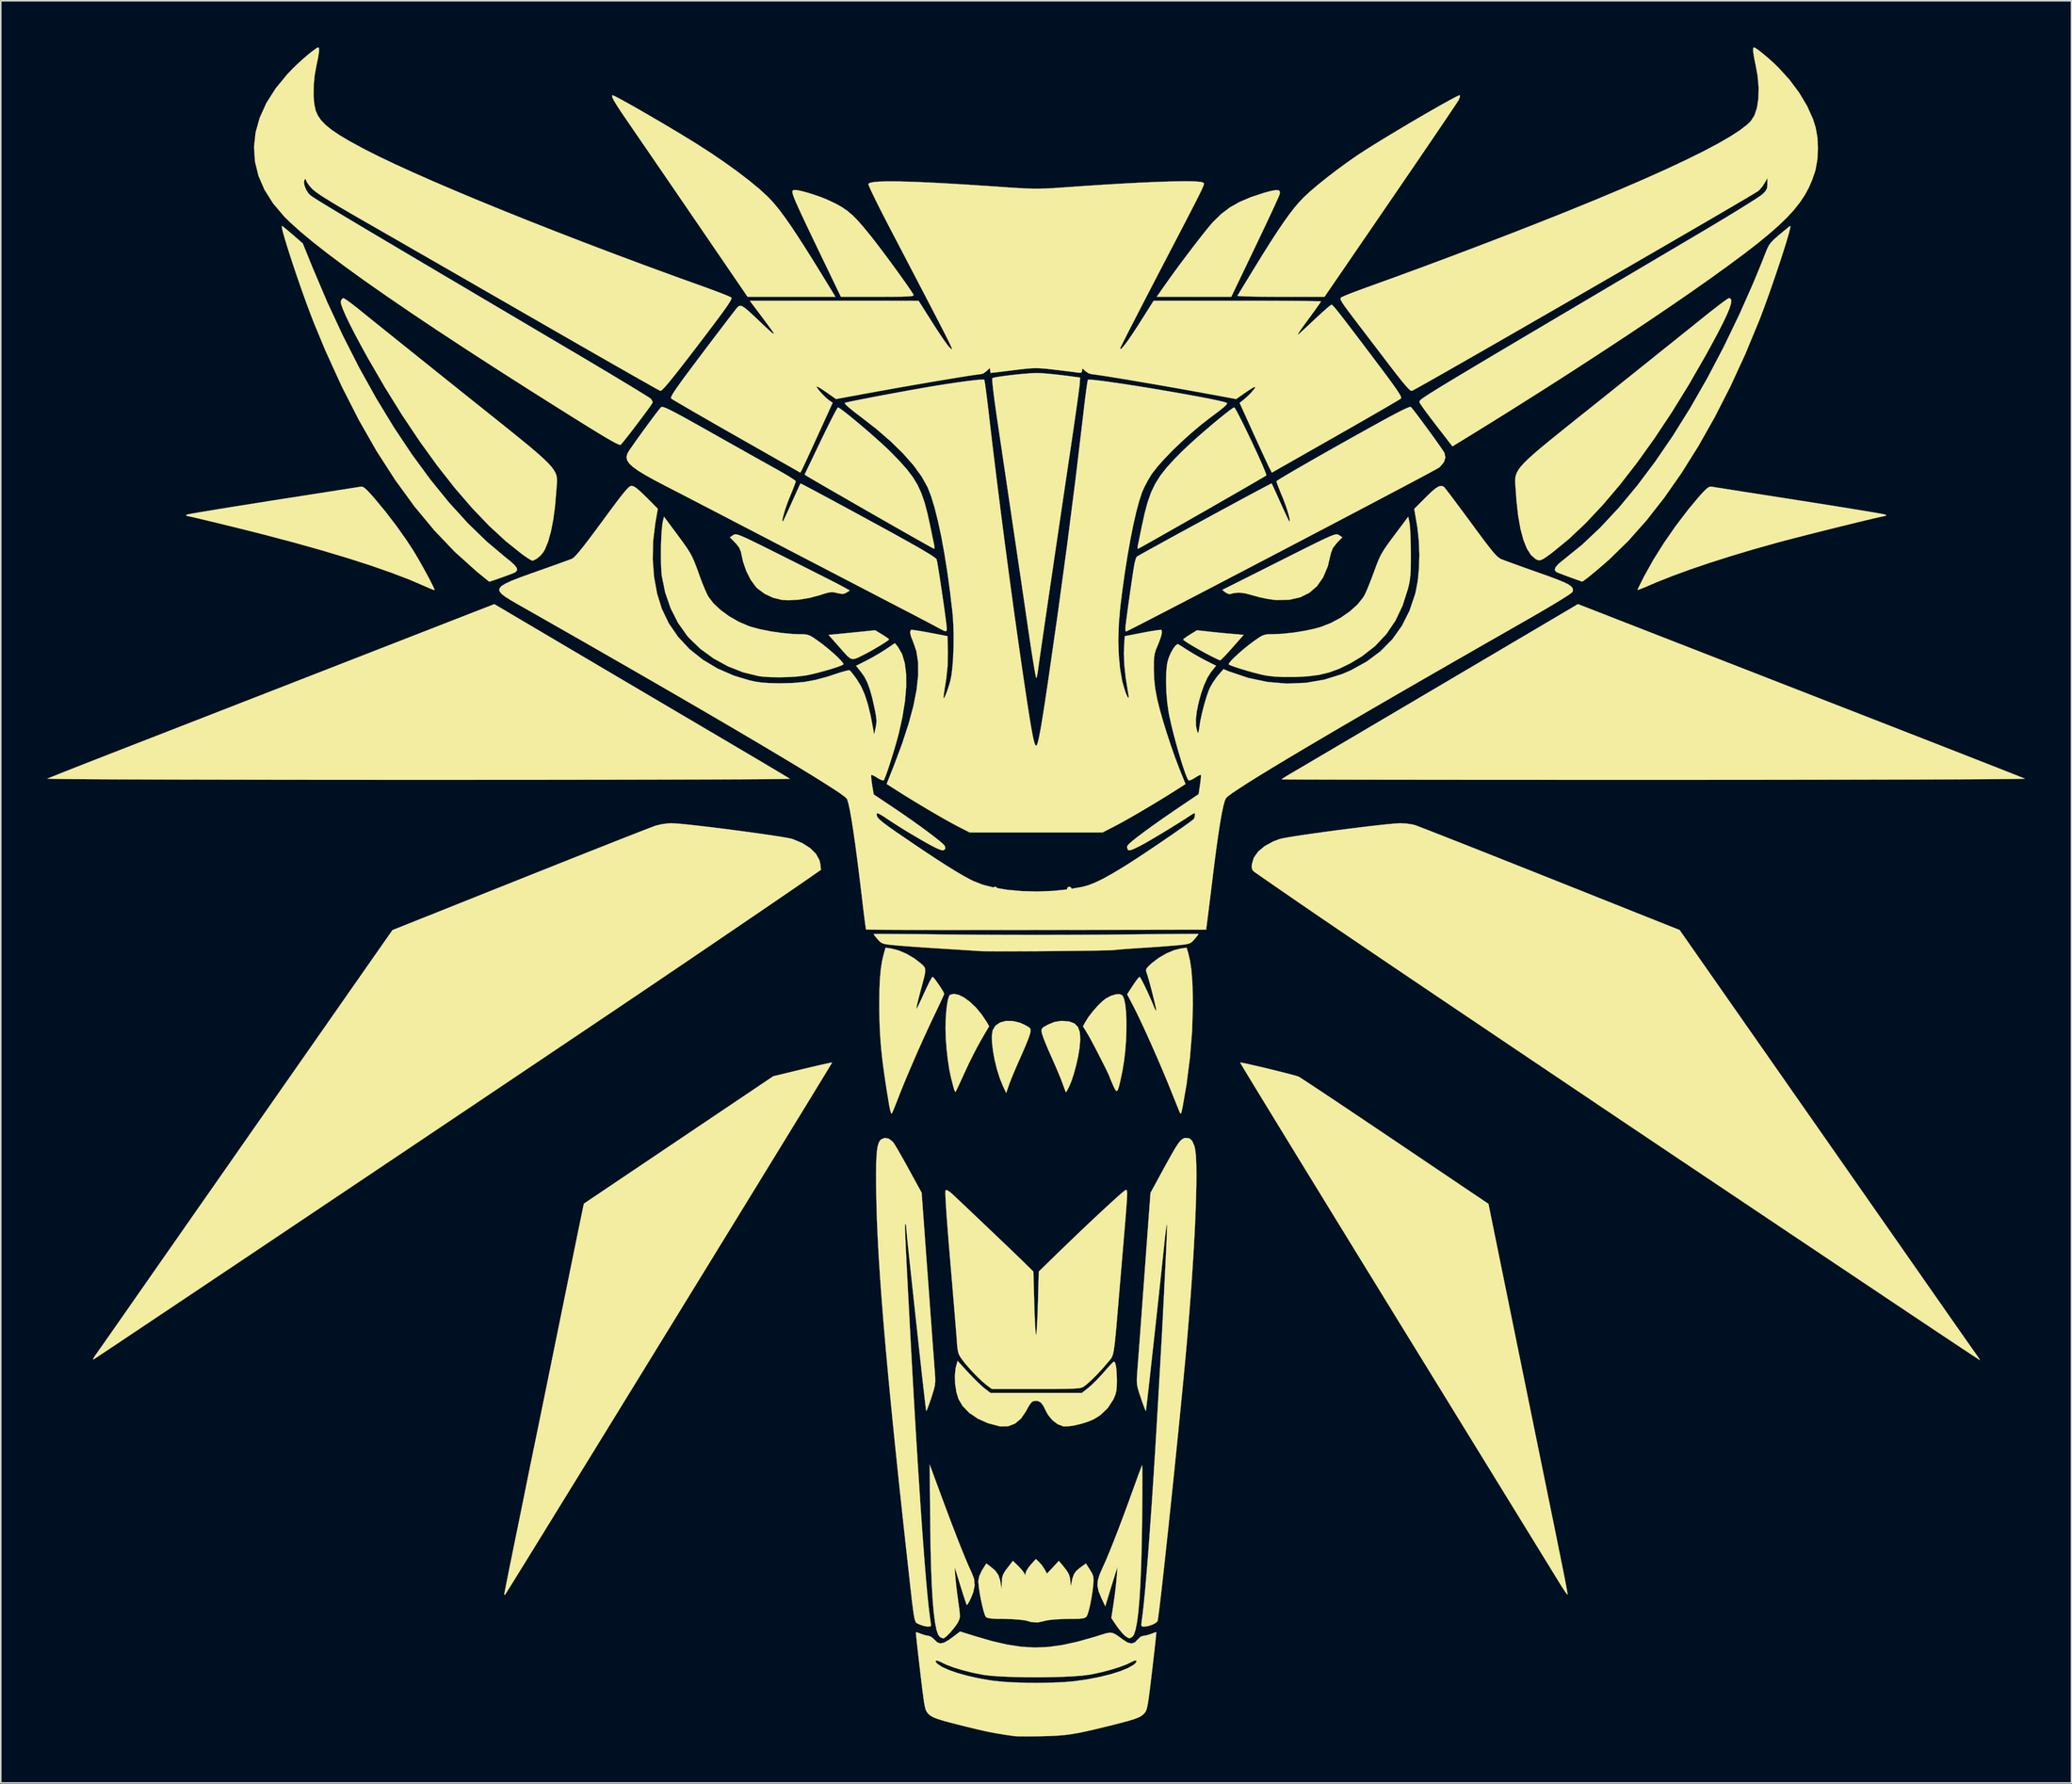
<source format=kicad_pcb>
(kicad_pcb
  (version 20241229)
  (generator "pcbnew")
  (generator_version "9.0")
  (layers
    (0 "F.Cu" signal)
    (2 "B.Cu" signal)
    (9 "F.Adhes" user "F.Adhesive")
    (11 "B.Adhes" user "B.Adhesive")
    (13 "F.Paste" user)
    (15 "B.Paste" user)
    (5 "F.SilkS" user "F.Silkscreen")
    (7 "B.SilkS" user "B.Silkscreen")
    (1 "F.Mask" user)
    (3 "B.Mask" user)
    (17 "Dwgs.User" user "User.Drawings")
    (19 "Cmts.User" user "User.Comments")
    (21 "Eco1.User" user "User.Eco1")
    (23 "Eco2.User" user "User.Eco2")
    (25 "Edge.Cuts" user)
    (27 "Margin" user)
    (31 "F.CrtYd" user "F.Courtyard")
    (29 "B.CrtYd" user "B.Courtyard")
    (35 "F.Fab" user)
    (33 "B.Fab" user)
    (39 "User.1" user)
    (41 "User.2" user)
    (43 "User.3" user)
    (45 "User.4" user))
  (footprint "Witcher_Logo"
    (layer "F.Cu")
    (at 63.505 55.123)
    (property "Reference" "Witcher_Logo" (at 0 0 0) (layer "F.SilkS") (effects (font (size 1.524 1.524) (thickness 0.3))))
    (attr through_hole)
    (fp_poly (pts (xy -9.676 -17.253) (xy -9.442 -17.104) (xy -9.28 -16.988) (xy -9.229 -16.935) (xy -9.297 -16.868) (xy -9.481 -16.741) (xy -9.747 -16.573) (xy -10.061 -16.384) (xy -10.39 -16.195) (xy -10.701 -16.026) (xy -10.821 -15.965) (xy -11.152 -15.798) (xy -11.391 -15.694) (xy -11.573 -15.662) (xy -11.734 -15.713) (xy -11.91 -15.856) (xy -12.138 -16.101) (xy -12.406 -16.407) (xy -13.132 -17.23) (xy -12.853 -17.253) (xy -12.668 -17.27) (xy -12.354 -17.301) (xy -11.951 -17.34) (xy -11.496 -17.386) (xy -11.348 -17.401) (xy -10.123 -17.524) (xy -9.676 -17.253)) (stroke (width 0.01) (type solid)) (fill yes) (layer "F.SilkS"))
    (fp_poly (pts (xy 11.389 -17.439) (xy 11.859 -17.389) (xy 12.384 -17.338) (xy 12.857 -17.295) (xy 12.894 -17.292) (xy 13.639 -17.23) (xy 12.911 -16.404) (xy 12.635 -16.096) (xy 12.398 -15.841) (xy 12.222 -15.663) (xy 12.13 -15.584) (xy 12.124 -15.583) (xy 12.024 -15.621) (xy 11.818 -15.716) (xy 11.557 -15.845) (xy 11.181 -16.042) (xy 10.796 -16.254) (xy 10.432 -16.463) (xy 10.117 -16.652) (xy 9.881 -16.804) (xy 9.752 -16.902) (xy 9.737 -16.923) (xy 9.803 -16.995) (xy 9.977 -17.121) (xy 10.182 -17.252) (xy 10.628 -17.523) (xy 11.389 -17.439)) (stroke (width 0.01) (type solid)) (fill yes) (layer "F.SilkS"))
    (fp_poly (pts (xy -1.257 7.675) (xy -0.798 7.785) (xy -0.521 7.906) (xy -0.271 8.04) (xy -0.141 8.139) (xy -0.101 8.248) (xy -0.118 8.408) (xy -0.126 8.451) (xy -0.18 8.636) (xy -0.293 8.939) (xy -0.449 9.325) (xy -0.636 9.759) (xy -0.739 9.991) (xy -0.948 10.462) (xy -1.149 10.929) (xy -1.322 11.347) (xy -1.45 11.672) (xy -1.485 11.769) (xy -1.675 12.319) (xy -1.892 11.853) (xy -2.094 11.353) (xy -2.271 10.79) (xy -2.417 10.199) (xy -2.524 9.617) (xy -2.586 9.08) (xy -2.597 8.624) (xy -2.549 8.285) (xy -2.542 8.262) (xy -2.364 7.972) (xy -2.071 7.774) (xy -1.692 7.673) (xy -1.257 7.675)) (stroke (width 0.01) (type solid)) (fill yes) (layer "F.SilkS"))
    (fp_poly (pts (xy 15.903 -45.897) (xy 15.973 -45.807) (xy 15.959 -45.646) (xy 15.912 -45.524) (xy 15.798 -45.267) (xy 15.628 -44.892) (xy 15.407 -44.416) (xy 15.145 -43.857) (xy 14.849 -43.231) (xy 14.528 -42.556) (xy 14.372 -42.229) (xy 12.839 -39.031) (xy 8.032 -39.031) (xy 8.519 -39.73) (xy 8.876 -40.234) (xy 9.278 -40.788) (xy 9.705 -41.365) (xy 10.139 -41.941) (xy 10.561 -42.492) (xy 10.951 -42.993) (xy 11.291 -43.418) (xy 11.563 -43.744) (xy 11.675 -43.87) (xy 12.188 -44.371) (xy 12.744 -44.792) (xy 13.374 -45.149) (xy 14.11 -45.462) (xy 14.982 -45.747) (xy 15.007 -45.754) (xy 15.439 -45.868) (xy 15.731 -45.917) (xy 15.903 -45.897)) (stroke (width 0.01) (type solid)) (fill yes) (layer "F.SilkS"))
    (fp_poly (pts (xy 2.395 7.71) (xy 2.725 7.834) (xy 2.948 8.058) (xy 3.07 8.394) (xy 3.101 8.857) (xy 3.055 9.413) (xy 2.967 9.947) (xy 2.84 10.519) (xy 2.689 11.077) (xy 2.527 11.569) (xy 2.368 11.944) (xy 2.261 12.145) (xy 2.191 12.263) (xy 2.178 12.277) (xy 2.143 12.203) (xy 2.068 12.01) (xy 1.97 11.737) (xy 1.96 11.709) (xy 1.853 11.425) (xy 1.693 11.033) (xy 1.499 10.577) (xy 1.29 10.102) (xy 1.216 9.937) (xy 1.021 9.498) (xy 0.851 9.089) (xy 0.718 8.747) (xy 0.637 8.506) (xy 0.621 8.437) (xy 0.602 8.269) (xy 0.637 8.155) (xy 0.755 8.055) (xy 0.99 7.926) (xy 1.027 7.906) (xy 1.436 7.738) (xy 1.837 7.674) (xy 1.947 7.671) (xy 2.395 7.71)) (stroke (width 0.01) (type solid)) (fill yes) (layer "F.SilkS"))
    (fp_poly (pts (xy 19.68 -23.71) (xy 19.738 -23.69) (xy 19.785 -23.662) (xy 20 -23.521) (xy 19.658 -23.169) (xy 19.389 -22.828) (xy 19.262 -22.494) (xy 19.26 -22.479) (xy 19.058 -21.636) (xy 18.76 -20.932) (xy 18.364 -20.366) (xy 17.869 -19.938) (xy 17.276 -19.646) (xy 16.582 -19.491) (xy 15.788 -19.472) (xy 15.579 -19.488) (xy 15.179 -19.545) (xy 14.714 -19.642) (xy 14.276 -19.758) (xy 14.23 -19.772) (xy 13.726 -19.907) (xy 13.319 -19.953) (xy 12.963 -19.914) (xy 12.771 -19.856) (xy 12.628 -19.874) (xy 12.456 -19.97) (xy 12.255 -20.126) (xy 15.912 -21.964) (xy 16.75 -22.386) (xy 17.45 -22.736) (xy 18.025 -23.022) (xy 18.489 -23.25) (xy 18.855 -23.425) (xy 19.136 -23.553) (xy 19.346 -23.639) (xy 19.498 -23.69) (xy 19.605 -23.712) (xy 19.68 -23.71)) (stroke (width 0.01) (type solid)) (fill yes) (layer "F.SilkS"))
    (fp_poly (pts (xy -4.74 5.988) (xy -4.384 6.168) (xy -4.004 6.448) (xy -3.622 6.813) (xy -3.259 7.248) (xy -2.934 7.738) (xy -2.925 7.754) (xy -2.774 8.015) (xy -3.293 8.903) (xy -3.525 9.322) (xy -3.793 9.836) (xy -4.067 10.386) (xy -4.314 10.911) (xy -4.354 10.999) (xy -4.543 11.416) (xy -4.709 11.776) (xy -4.839 12.052) (xy -4.921 12.217) (xy -4.94 12.25) (xy -4.986 12.206) (xy -5.048 12.043) (xy -5.069 11.968) (xy -5.15 11.654) (xy -5.233 11.328) (xy -5.239 11.303) (xy -5.347 10.784) (xy -5.443 10.154) (xy -5.519 9.471) (xy -5.569 8.791) (xy -5.588 8.173) (xy -5.588 8.166) (xy -5.576 7.611) (xy -5.543 7.095) (xy -5.493 6.646) (xy -5.429 6.293) (xy -5.354 6.062) (xy -5.301 5.991) (xy -5.053 5.924) (xy -4.74 5.988)) (stroke (width 0.01) (type solid)) (fill yes) (layer "F.SilkS"))
    (fp_poly (pts (xy 5.821 6.028) (xy 5.925 6.248) (xy 6.002 6.61) (xy 6.053 7.086) (xy 6.079 7.651) (xy 6.078 8.28) (xy 6.052 8.945) (xy 6 9.62) (xy 5.922 10.281) (xy 5.819 10.9) (xy 5.799 10.999) (xy 5.69 11.516) (xy 5.604 11.879) (xy 5.533 12.1) (xy 5.467 12.193) (xy 5.399 12.17) (xy 5.318 12.043) (xy 5.217 11.824) (xy 5.214 11.819) (xy 5.101 11.559) (xy 5.022 11.369) (xy 4.995 11.293) (xy 4.958 11.194) (xy 4.857 10.976) (xy 4.706 10.668) (xy 4.521 10.299) (xy 4.317 9.899) (xy 4.11 9.497) (xy 3.913 9.123) (xy 3.743 8.807) (xy 3.615 8.579) (xy 3.593 8.542) (xy 3.276 8.02) (xy 3.424 7.746) (xy 3.64 7.406) (xy 3.93 7.031) (xy 4.251 6.671) (xy 4.56 6.374) (xy 4.743 6.232) (xy 5.073 6.055) (xy 5.39 5.957) (xy 5.654 5.947) (xy 5.821 6.028)) (stroke (width 0.01) (type solid)) (fill yes) (layer "F.SilkS"))
    (fp_poly (pts (xy -26.989 -52.006) (xy -26.777 -51.902) (xy -26.455 -51.73) (xy -26.042 -51.501) (xy -25.553 -51.225) (xy -25.008 -50.913) (xy -24.423 -50.573) (xy -23.817 -50.217) (xy -23.207 -49.855) (xy -22.61 -49.496) (xy -22.044 -49.151) (xy -21.654 -48.909) (xy -20.738 -48.321) (xy -19.85 -47.716) (xy -19.015 -47.115) (xy -18.257 -46.534) (xy -17.6 -45.992) (xy -17.069 -45.507) (xy -17.045 -45.484) (xy -16.79 -45.218) (xy -16.521 -44.907) (xy -16.229 -44.54) (xy -15.909 -44.105) (xy -15.551 -43.591) (xy -15.148 -42.987) (xy -14.693 -42.281) (xy -14.178 -41.463) (xy -13.595 -40.521) (xy -12.937 -39.444) (xy -12.879 -39.349) (xy -12.686 -39.031) (xy -18.352 -39.031) (xy -20.204 -41.742) (xy -20.85 -42.688) (xy -21.523 -43.673) (xy -22.209 -44.676) (xy -22.895 -45.679) (xy -23.566 -46.66) (xy -24.209 -47.598) (xy -24.809 -48.475) (xy -25.354 -49.269) (xy -25.828 -49.96) (xy -26.157 -50.44) (xy -26.51 -50.959) (xy -26.771 -51.357) (xy -26.949 -51.649) (xy -27.052 -51.849) (xy -27.09 -51.973) (xy -27.074 -52.033) (xy -26.989 -52.006)) (stroke (width 0.01) (type solid)) (fill yes) (layer "F.SilkS"))
    (fp_poly (pts (xy -19.079 -23.709) (xy -18.96 -23.681) (xy -18.792 -23.62) (xy -18.559 -23.521) (xy -18.249 -23.377) (xy -17.845 -23.182) (xy -17.334 -22.93) (xy -16.702 -22.615) (xy -15.934 -22.23) (xy -15.862 -22.194) (xy -15.161 -21.842) (xy -14.491 -21.505) (xy -13.871 -21.192) (xy -13.32 -20.913) (xy -12.857 -20.677) (xy -12.499 -20.493) (xy -12.267 -20.371) (xy -12.209 -20.34) (xy -11.76 -20.091) (xy -11.964 -19.957) (xy -12.118 -19.88) (xy -12.288 -19.869) (xy -12.543 -19.919) (xy -12.57 -19.926) (xy -12.78 -19.971) (xy -12.964 -19.98) (xy -13.174 -19.946) (xy -13.461 -19.863) (xy -13.68 -19.791) (xy -14.352 -19.61) (xy -15.053 -19.496) (xy -15.719 -19.459) (xy -16.152 -19.484) (xy -16.702 -19.619) (xy -17.237 -19.87) (xy -17.694 -20.202) (xy -17.824 -20.333) (xy -18.156 -20.79) (xy -18.439 -21.354) (xy -18.646 -21.963) (xy -18.712 -22.267) (xy -18.787 -22.606) (xy -18.89 -22.85) (xy -19.059 -23.072) (xy -19.15 -23.169) (xy -19.492 -23.521) (xy -19.279 -23.66) (xy -19.224 -23.693) (xy -19.162 -23.711) (xy -19.079 -23.709)) (stroke (width 0.01) (type solid)) (fill yes) (layer "F.SilkS"))
    (fp_poly (pts (xy -14.944 -45.868) (xy -14.584 -45.776) (xy -14.174 -45.653) (xy -13.75 -45.508) (xy -13.349 -45.354) (xy -13.166 -45.275) (xy -12.69 -45.049) (xy -12.289 -44.828) (xy -11.934 -44.588) (xy -11.597 -44.304) (xy -11.248 -43.952) (xy -10.861 -43.509) (xy -10.405 -42.951) (xy -10.403 -42.948) (xy -10.13 -42.601) (xy -9.815 -42.188) (xy -9.472 -41.731) (xy -9.118 -41.253) (xy -8.769 -40.776) (xy -8.441 -40.321) (xy -8.149 -39.91) (xy -7.91 -39.565) (xy -7.739 -39.308) (xy -7.652 -39.161) (xy -7.648 -39.151) (xy -7.656 -39.115) (xy -7.72 -39.087) (xy -7.859 -39.066) (xy -8.089 -39.051) (xy -8.427 -39.041) (xy -8.89 -39.035) (xy -9.493 -39.032) (xy -9.968 -39.031) (xy -12.334 -39.031) (xy -13.037 -40.492) (xy -13.533 -41.523) (xy -13.96 -42.412) (xy -14.323 -43.169) (xy -14.626 -43.807) (xy -14.874 -44.334) (xy -15.071 -44.763) (xy -15.223 -45.103) (xy -15.333 -45.366) (xy -15.407 -45.562) (xy -15.448 -45.702) (xy -15.462 -45.796) (xy -15.454 -45.855) (xy -15.427 -45.89) (xy -15.387 -45.912) (xy -15.373 -45.917) (xy -15.22 -45.919) (xy -14.944 -45.868)) (stroke (width 0.01) (type solid)) (fill yes) (layer "F.SilkS"))
    (fp_poly (pts (xy -12.38 -31.817) (xy -12.136 -31.638) (xy -11.81 -31.381) (xy -11.425 -31.067) (xy -11.001 -30.711) (xy -10.562 -30.335) (xy -10.128 -29.954) (xy -9.721 -29.589) (xy -9.364 -29.258) (xy -9.14 -29.041) (xy -8.557 -28.443) (xy -8.083 -27.911) (xy -7.703 -27.412) (xy -7.398 -26.912) (xy -7.15 -26.377) (xy -6.941 -25.775) (xy -6.754 -25.072) (xy -6.57 -24.234) (xy -6.566 -24.215) (xy -6.48 -23.795) (xy -6.403 -23.422) (xy -6.342 -23.135) (xy -6.307 -22.971) (xy -6.306 -22.966) (xy -6.296 -22.821) (xy -6.327 -22.78) (xy -6.411 -22.822) (xy -6.628 -22.941) (xy -6.964 -23.128) (xy -7.406 -23.377) (xy -7.94 -23.679) (xy -8.552 -24.027) (xy -9.229 -24.413) (xy -9.956 -24.829) (xy -10.335 -25.045) (xy -11.088 -25.477) (xy -11.802 -25.887) (xy -12.461 -26.267) (xy -13.051 -26.607) (xy -13.559 -26.901) (xy -13.969 -27.139) (xy -14.268 -27.313) (xy -14.441 -27.416) (xy -14.474 -27.436) (xy -14.672 -27.568) (xy -13.629 -29.746) (xy -13.359 -30.304) (xy -13.11 -30.808) (xy -12.893 -31.238) (xy -12.717 -31.576) (xy -12.591 -31.802) (xy -12.526 -31.898) (xy -12.521 -31.9) (xy -12.38 -31.817)) (stroke (width 0.01) (type solid)) (fill yes) (layer "F.SilkS"))
    (fp_poly (pts (xy -5.859 38.312) (xy -5.494 39.292) (xy -5.149 40.203) (xy -4.83 41.031) (xy -4.542 41.759) (xy -4.291 42.373) (xy -4.083 42.859) (xy -3.925 43.201) (xy -3.914 43.222) (xy -3.745 43.66) (xy -3.707 44.078) (xy -3.8 44.525) (xy -3.931 44.854) (xy -4.056 45.111) (xy -4.157 45.286) (xy -4.213 45.344) (xy -4.215 45.343) (xy -4.253 45.252) (xy -4.331 45.027) (xy -4.438 44.7) (xy -4.565 44.299) (xy -4.629 44.093) (xy -5.001 42.884) (xy -4.958 43.476) (xy -4.928 43.806) (xy -4.88 44.241) (xy -4.82 44.721) (xy -4.768 45.108) (xy -4.707 45.542) (xy -4.671 45.846) (xy -4.661 46.054) (xy -4.677 46.202) (xy -4.72 46.328) (xy -4.786 46.46) (xy -4.924 46.675) (xy -5.115 46.921) (xy -5.326 47.162) (xy -5.523 47.361) (xy -5.673 47.478) (xy -5.722 47.495) (xy -5.855 47.454) (xy -5.942 47.41) (xy -6.061 47.258) (xy -6.168 46.947) (xy -6.262 46.478) (xy -6.344 45.847) (xy -6.414 45.054) (xy -6.471 44.097) (xy -6.516 42.976) (xy -6.549 41.688) (xy -6.571 40.233) (xy -6.572 40.132) (xy -6.608 36.28) (xy -5.859 38.312)) (stroke (width 0.01) (type solid)) (fill yes) (layer "F.SilkS"))
    (fp_poly (pts (xy 7.099 36.395) (xy 7.104 36.62) (xy 7.106 36.982) (xy 7.106 37.462) (xy 7.104 38.045) (xy 7.1 38.713) (xy 7.093 39.451) (xy 7.087 40.047) (xy 7.062 41.524) (xy 7.026 42.837) (xy 6.978 43.987) (xy 6.918 44.972) (xy 6.846 45.792) (xy 6.763 46.446) (xy 6.667 46.933) (xy 6.561 47.252) (xy 6.46 47.392) (xy 6.322 47.478) (xy 6.206 47.475) (xy 6.046 47.374) (xy 5.978 47.321) (xy 5.812 47.157) (xy 5.605 46.907) (xy 5.429 46.665) (xy 5.105 46.186) (xy 5.253 45.212) (xy 5.32 44.737) (xy 5.382 44.239) (xy 5.43 43.791) (xy 5.45 43.561) (xy 5.5 42.884) (xy 5.326 43.434) (xy 5.215 43.789) (xy 5.081 44.221) (xy 4.951 44.645) (xy 4.933 44.704) (xy 4.715 45.424) (xy 4.455 44.873) (xy 4.289 44.472) (xy 4.212 44.124) (xy 4.228 43.783) (xy 4.338 43.4) (xy 4.544 42.927) (xy 4.545 42.926) (xy 4.74 42.495) (xy 4.98 41.921) (xy 5.26 41.223) (xy 5.572 40.42) (xy 5.908 39.528) (xy 6.262 38.567) (xy 6.522 37.846) (xy 6.692 37.376) (xy 6.843 36.963) (xy 6.967 36.632) (xy 7.053 36.41) (xy 7.092 36.322) (xy 7.099 36.395)) (stroke (width 0.01) (type solid)) (fill yes) (layer "F.SilkS"))
    (fp_poly (pts (xy -48.297 -43.551) (xy -48.121 -43.411) (xy -47.876 -43.205) (xy -47.682 -43.039) (xy -47.032 -42.474) (xy -46.394 -40.901) (xy -45.442 -38.662) (xy -44.437 -36.506) (xy -43.385 -34.439) (xy -42.29 -32.473) (xy -41.16 -30.614) (xy -40 -28.873) (xy -38.816 -27.257) (xy -37.614 -25.776) (xy -36.399 -24.438) (xy -35.178 -23.252) (xy -34.002 -22.262) (xy -33.614 -21.949) (xy -33.359 -21.711) (xy -33.229 -21.532) (xy -33.212 -21.397) (xy -33.3 -21.289) (xy -33.371 -21.245) (xy -33.496 -21.191) (xy -33.729 -21.102) (xy -34.026 -20.993) (xy -34.345 -20.879) (xy -34.643 -20.775) (xy -34.876 -20.697) (xy -35.003 -20.66) (xy -35.011 -20.659) (xy -35.077 -20.709) (xy -35.248 -20.848) (xy -35.5 -21.054) (xy -35.808 -21.308) (xy -35.863 -21.353) (xy -37.228 -22.58) (xy -38.553 -23.969) (xy -39.837 -25.519) (xy -41.078 -27.226) (xy -42.275 -29.087) (xy -43.425 -31.102) (xy -44.527 -33.267) (xy -45.58 -35.579) (xy -46.309 -37.338) (xy -46.525 -37.895) (xy -46.754 -38.507) (xy -46.99 -39.158) (xy -47.226 -39.826) (xy -47.456 -40.495) (xy -47.674 -41.144) (xy -47.874 -41.756) (xy -48.05 -42.311) (xy -48.195 -42.791) (xy -48.304 -43.176) (xy -48.369 -43.448) (xy -48.385 -43.588) (xy -48.375 -43.603) (xy -48.297 -43.551)) (stroke (width 0.01) (type solid)) (fill yes) (layer "F.SilkS"))
    (fp_poly (pts (xy 13.081 -31.835) (xy 13.195 -31.638) (xy 13.355 -31.333) (xy 13.552 -30.945) (xy 13.773 -30.495) (xy 14.007 -30.007) (xy 14.244 -29.506) (xy 14.473 -29.014) (xy 14.682 -28.554) (xy 14.86 -28.151) (xy 14.996 -27.827) (xy 15.079 -27.607) (xy 15.099 -27.512) (xy 15.098 -27.512) (xy 15.014 -27.458) (xy 14.799 -27.33) (xy 14.47 -27.138) (xy 14.043 -26.89) (xy 13.534 -26.596) (xy 12.96 -26.266) (xy 12.336 -25.907) (xy 11.679 -25.53) (xy 11.005 -25.144) (xy 10.329 -24.758) (xy 9.669 -24.382) (xy 9.039 -24.023) (xy 8.457 -23.693) (xy 7.938 -23.399) (xy 7.499 -23.151) (xy 7.155 -22.959) (xy 6.923 -22.831) (xy 6.819 -22.777) (xy 6.815 -22.775) (xy 6.795 -22.845) (xy 6.81 -22.966) (xy 6.841 -23.118) (xy 6.899 -23.399) (xy 6.975 -23.769) (xy 7.061 -24.191) (xy 7.075 -24.257) (xy 7.262 -25.105) (xy 7.456 -25.818) (xy 7.675 -26.431) (xy 7.937 -26.978) (xy 8.262 -27.492) (xy 8.667 -28.01) (xy 9.171 -28.564) (xy 9.641 -29.041) (xy 9.951 -29.337) (xy 10.325 -29.681) (xy 10.741 -30.052) (xy 11.179 -30.433) (xy 11.617 -30.806) (xy 12.032 -31.151) (xy 12.403 -31.452) (xy 12.709 -31.69) (xy 12.928 -31.847) (xy 13.025 -31.9) (xy 13.081 -31.835)) (stroke (width 0.01) (type solid)) (fill yes) (layer "F.SilkS"))
    (fp_poly (pts (xy 27.581 -52.034) (xy 27.582 -51.932) (xy 27.516 -51.753) (xy 27.51 -51.74) (xy 27.445 -51.636) (xy 27.292 -51.402) (xy 27.056 -51.049) (xy 26.746 -50.588) (xy 26.368 -50.029) (xy 25.93 -49.382) (xy 25.438 -48.658) (xy 24.9 -47.868) (xy 24.322 -47.021) (xy 23.712 -46.128) (xy 23.121 -45.264) (xy 18.852 -39.031) (xy 16.025 -39.031) (xy 15.354 -39.033) (xy 14.743 -39.038) (xy 14.209 -39.046) (xy 13.773 -39.057) (xy 13.454 -39.07) (xy 13.271 -39.084) (xy 13.234 -39.095) (xy 13.287 -39.183) (xy 13.415 -39.394) (xy 13.605 -39.705) (xy 13.842 -40.095) (xy 14.115 -40.542) (xy 14.226 -40.725) (xy 14.823 -41.695) (xy 15.348 -42.531) (xy 15.811 -43.244) (xy 16.221 -43.849) (xy 16.586 -44.359) (xy 16.918 -44.787) (xy 17.224 -45.146) (xy 17.504 -45.441) (xy 17.899 -45.807) (xy 18.405 -46.239) (xy 18.991 -46.71) (xy 19.626 -47.198) (xy 20.277 -47.676) (xy 20.912 -48.12) (xy 21.082 -48.234) (xy 21.467 -48.484) (xy 21.934 -48.779) (xy 22.464 -49.107) (xy 23.042 -49.458) (xy 23.648 -49.823) (xy 24.267 -50.191) (xy 24.881 -50.552) (xy 25.472 -50.896) (xy 26.024 -51.212) (xy 26.519 -51.492) (xy 26.939 -51.724) (xy 27.267 -51.899) (xy 27.487 -52.006) (xy 27.58 -52.035) (xy 27.581 -52.034)) (stroke (width 0.01) (type solid)) (fill yes) (layer "F.SilkS"))
    (fp_poly (pts (xy -43.177 -26.776) (xy -43.049 -26.703) (xy -42.875 -26.547) (xy -42.635 -26.29) (xy -42.384 -26.003) (xy -41.687 -25.16) (xy -41.003 -24.267) (xy -40.373 -23.38) (xy -39.912 -22.675) (xy -39.705 -22.331) (xy -39.478 -21.941) (xy -39.248 -21.531) (xy -39.027 -21.127) (xy -38.83 -20.758) (xy -38.673 -20.449) (xy -38.569 -20.227) (xy -38.534 -20.121) (xy -38.536 -20.116) (xy -38.621 -20.136) (xy -38.819 -20.213) (xy -39.088 -20.331) (xy -39.116 -20.344) (xy -40.133 -20.78) (xy -41.312 -21.232) (xy -42.649 -21.699) (xy -44.138 -22.178) (xy -45.774 -22.668) (xy -47.551 -23.168) (xy -49.463 -23.675) (xy -51.096 -24.087) (xy -51.784 -24.256) (xy -52.432 -24.414) (xy -53.019 -24.556) (xy -53.523 -24.677) (xy -53.924 -24.772) (xy -54.199 -24.834) (xy -54.312 -24.858) (xy -54.512 -24.901) (xy -54.562 -24.94) (xy -54.482 -24.988) (xy -54.371 -25.013) (xy -54.107 -25.062) (xy -53.705 -25.131) (xy -53.179 -25.219) (xy -52.543 -25.324) (xy -51.813 -25.443) (xy -51.002 -25.573) (xy -50.126 -25.712) (xy -49.198 -25.859) (xy -48.895 -25.906) (xy -47.953 -26.054) (xy -47.057 -26.194) (xy -46.222 -26.325) (xy -45.462 -26.444) (xy -44.792 -26.549) (xy -44.226 -26.637) (xy -43.779 -26.708) (xy -43.465 -26.757) (xy -43.3 -26.783) (xy -43.281 -26.786) (xy -43.177 -26.776)) (stroke (width 0.01) (type solid)) (fill yes) (layer "F.SilkS"))
    (fp_poly (pts (xy 43.788 -26.786) (xy 43.904 -26.768) (xy 44.172 -26.726) (xy 44.579 -26.662) (xy 45.11 -26.579) (xy 45.749 -26.478) (xy 46.483 -26.363) (xy 47.296 -26.236) (xy 48.174 -26.098) (xy 49.103 -25.953) (xy 49.403 -25.906) (xy 50.344 -25.758) (xy 51.238 -25.616) (xy 52.071 -25.482) (xy 52.829 -25.36) (xy 53.496 -25.25) (xy 54.058 -25.157) (xy 54.501 -25.081) (xy 54.811 -25.026) (xy 54.972 -24.993) (xy 54.99 -24.988) (xy 55.07 -24.94) (xy 55.019 -24.901) (xy 54.82 -24.859) (xy 54.61 -24.815) (xy 54.259 -24.735) (xy 53.791 -24.624) (xy 53.228 -24.489) (xy 52.595 -24.334) (xy 51.913 -24.165) (xy 51.208 -23.989) (xy 50.501 -23.812) (xy 49.816 -23.638) (xy 49.176 -23.474) (xy 48.605 -23.325) (xy 48.126 -23.198) (xy 47.953 -23.151) (xy 46.448 -22.726) (xy 45.009 -22.294) (xy 43.654 -21.862) (xy 42.401 -21.437) (xy 41.27 -21.023) (xy 40.279 -20.628) (xy 39.899 -20.465) (xy 39.554 -20.316) (xy 39.274 -20.202) (xy 39.09 -20.135) (xy 39.031 -20.124) (xy 39.068 -20.211) (xy 39.167 -20.417) (xy 39.312 -20.709) (xy 39.465 -21.01) (xy 40.046 -22.055) (xy 40.733 -23.151) (xy 41.497 -24.251) (xy 42.304 -25.311) (xy 42.975 -26.114) (xy 43.264 -26.435) (xy 43.473 -26.642) (xy 43.625 -26.754) (xy 43.744 -26.789) (xy 43.788 -26.786)) (stroke (width 0.01) (type solid)) (fill yes) (layer "F.SilkS"))
    (fp_poly (pts (xy -4.126 30.342) (xy -3.815 30.67) (xy -3.502 30.982) (xy -3.228 31.238) (xy -3.063 31.376) (xy -2.685 31.665) (xy 3.202 31.665) (xy 3.624 31.332) (xy 3.867 31.118) (xy 4.168 30.821) (xy 4.478 30.491) (xy 4.626 30.323) (xy 4.871 30.044) (xy 5.077 29.82) (xy 5.22 29.677) (xy 5.269 29.64) (xy 5.346 29.712) (xy 5.405 29.936) (xy 5.444 30.295) (xy 5.461 30.772) (xy 5.461 30.861) (xy 5.454 31.258) (xy 5.425 31.547) (xy 5.362 31.789) (xy 5.255 32.042) (xy 5.226 32.102) (xy 4.865 32.652) (xy 4.378 33.11) (xy 3.976 33.36) (xy 3.609 33.516) (xy 3.178 33.653) (xy 2.736 33.758) (xy 2.335 33.818) (xy 2.03 33.822) (xy 2.001 33.818) (xy 1.65 33.685) (xy 1.309 33.426) (xy 1.022 33.081) (xy 0.887 32.832) (xy 0.715 32.485) (xy 0.55 32.278) (xy 0.367 32.185) (xy 0.251 32.173) (xy 0.1 32.187) (xy -0.02 32.249) (xy -0.139 32.388) (xy -0.285 32.633) (xy -0.398 32.845) (xy -0.72 33.32) (xy -1.107 33.644) (xy -1.55 33.814) (xy -2.041 33.824) (xy -2.117 33.812) (xy -2.855 33.616) (xy -3.511 33.322) (xy -4.064 32.944) (xy -4.492 32.496) (xy -4.745 32.066) (xy -4.883 31.624) (xy -4.964 31.1) (xy -4.985 30.564) (xy -4.938 30.088) (xy -4.912 29.974) (xy -4.809 29.596) (xy -4.126 30.342)) (stroke (width 0.01) (type solid)) (fill yes) (layer "F.SilkS"))
    (fp_poly (pts (xy 10.058 3.279) (xy 10.179 3.788) (xy 10.269 4.407) (xy 10.327 5.152) (xy 10.357 6.038) (xy 10.361 6.646) (xy 10.313 8.307) (xy 10.174 10.04) (xy 9.952 11.778) (xy 9.703 13.208) (xy 9.643 13.494) (xy 9.6 13.634) (xy 9.561 13.65) (xy 9.513 13.564) (xy 9.505 13.547) (xy 9.444 13.398) (xy 9.333 13.124) (xy 9.185 12.756) (xy 9.013 12.327) (xy 8.898 12.039) (xy 8.625 11.372) (xy 8.318 10.643) (xy 7.99 9.884) (xy 7.656 9.125) (xy 7.328 8.399) (xy 7.022 7.737) (xy 6.75 7.168) (xy 6.528 6.726) (xy 6.527 6.724) (xy 6.123 5.954) (xy 6.489 5.39) (xy 6.669 5.126) (xy 6.82 4.928) (xy 6.915 4.831) (xy 6.927 4.826) (xy 6.985 4.898) (xy 7.093 5.094) (xy 7.237 5.379) (xy 7.401 5.721) (xy 7.569 6.089) (xy 7.725 6.447) (xy 7.855 6.765) (xy 7.871 6.806) (xy 7.945 6.964) (xy 7.999 7.014) (xy 8.001 7.013) (xy 7.994 6.923) (xy 7.95 6.705) (xy 7.877 6.394) (xy 7.786 6.023) (xy 7.685 5.629) (xy 7.582 5.245) (xy 7.487 4.906) (xy 7.408 4.647) (xy 7.374 4.551) (xy 7.34 4.421) (xy 7.366 4.307) (xy 7.477 4.168) (xy 7.693 3.964) (xy 7.716 3.943) (xy 8.153 3.609) (xy 8.652 3.32) (xy 9.155 3.107) (xy 9.573 3.002) (xy 9.96 2.949) (xy 10.058 3.279)) (stroke (width 0.01) (type solid)) (fill yes) (layer "F.SilkS"))
    (fp_poly (pts (xy 45.039 -38.908) (xy 45.082 -38.787) (xy 45.056 -38.577) (xy 44.959 -38.268) (xy 44.785 -37.853) (xy 44.534 -37.325) (xy 44.2 -36.675) (xy 43.782 -35.896) (xy 43.41 -35.221) (xy 42.326 -33.338) (xy 41.225 -31.555) (xy 40.113 -29.881) (xy 38.996 -28.322) (xy 37.881 -26.887) (xy 36.775 -25.586) (xy 35.683 -24.425) (xy 34.612 -23.413) (xy 33.568 -22.558) (xy 33.5 -22.507) (xy 33.169 -22.265) (xy 32.94 -22.115) (xy 32.777 -22.044) (xy 32.647 -22.039) (xy 32.517 -22.089) (xy 32.456 -22.122) (xy 32.161 -22.378) (xy 31.9 -22.793) (xy 31.674 -23.359) (xy 31.485 -24.068) (xy 31.336 -24.914) (xy 31.228 -25.888) (xy 31.191 -26.417) (xy 31.172 -26.684) (xy 31.154 -26.916) (xy 31.144 -27.123) (xy 31.15 -27.312) (xy 31.181 -27.493) (xy 31.244 -27.674) (xy 31.348 -27.864) (xy 31.5 -28.071) (xy 31.708 -28.305) (xy 31.98 -28.573) (xy 32.325 -28.884) (xy 32.749 -29.248) (xy 33.262 -29.673) (xy 33.871 -30.167) (xy 34.583 -30.74) (xy 35.408 -31.399) (xy 36.353 -32.154) (xy 36.736 -32.46) (xy 37.598 -33.15) (xy 38.453 -33.836) (xy 39.288 -34.504) (xy 40.089 -35.146) (xy 40.841 -35.749) (xy 41.531 -36.302) (xy 42.144 -36.794) (xy 42.667 -37.213) (xy 43.086 -37.55) (xy 43.386 -37.791) (xy 43.387 -37.792) (xy 43.812 -38.131) (xy 44.198 -38.43) (xy 44.523 -38.675) (xy 44.766 -38.85) (xy 44.907 -38.939) (xy 44.93 -38.947) (xy 45.039 -38.908)) (stroke (width 0.01) (type solid)) (fill yes) (layer "F.SilkS"))
    (fp_poly (pts (xy 48.891 -43.527) (xy 48.843 -43.311) (xy 48.751 -42.973) (xy 48.621 -42.535) (xy 48.458 -42.015) (xy 48.27 -41.432) (xy 48.062 -40.806) (xy 47.842 -40.155) (xy 47.615 -39.5) (xy 47.387 -38.86) (xy 47.166 -38.254) (xy 46.958 -37.701) (xy 46.879 -37.499) (xy 45.98 -35.328) (xy 45.024 -33.251) (xy 44.018 -31.278) (xy 42.968 -29.418) (xy 41.88 -27.681) (xy 40.759 -26.074) (xy 39.611 -24.609) (xy 38.442 -23.292) (xy 37.258 -22.135) (xy 37.127 -22.018) (xy 36.727 -21.668) (xy 36.348 -21.345) (xy 36.009 -21.065) (xy 35.734 -20.847) (xy 35.543 -20.707) (xy 35.459 -20.663) (xy 35.374 -20.692) (xy 35.165 -20.766) (xy 34.868 -20.872) (xy 34.66 -20.948) (xy 34.318 -21.075) (xy 34.031 -21.185) (xy 33.842 -21.263) (xy 33.792 -21.287) (xy 33.697 -21.413) (xy 33.746 -21.585) (xy 33.945 -21.812) (xy 34.28 -22.085) (xy 35.463 -23.044) (xy 36.65 -24.164) (xy 37.835 -25.437) (xy 39.013 -26.853) (xy 40.177 -28.404) (xy 41.323 -30.083) (xy 42.444 -31.88) (xy 43.535 -33.787) (xy 44.589 -35.796) (xy 45.602 -37.898) (xy 46.469 -39.855) (xy 46.674 -40.343) (xy 46.882 -40.848) (xy 47.072 -41.317) (xy 47.22 -41.695) (xy 47.241 -41.748) (xy 47.375 -42.086) (xy 47.495 -42.332) (xy 47.637 -42.532) (xy 47.835 -42.735) (xy 48.124 -42.989) (xy 48.183 -43.039) (xy 48.464 -43.273) (xy 48.693 -43.46) (xy 48.844 -43.576) (xy 48.887 -43.603) (xy 48.891 -43.527)) (stroke (width 0.01) (type solid)) (fill yes) (layer "F.SilkS"))
    (fp_poly (pts (xy -44.313 -38.895) (xy -44.106 -38.755) (xy -43.822 -38.543) (xy -43.487 -38.281) (xy -43.339 -38.161) (xy -43.124 -37.987) (xy -42.789 -37.716) (xy -42.346 -37.359) (xy -41.805 -36.925) (xy -41.18 -36.423) (xy -40.482 -35.862) (xy -39.722 -35.253) (xy -38.913 -34.604) (xy -38.067 -33.926) (xy -37.194 -33.227) (xy -36.691 -32.825) (xy -35.657 -31.998) (xy -34.746 -31.27) (xy -33.951 -30.633) (xy -33.264 -30.08) (xy -32.677 -29.601) (xy -32.182 -29.189) (xy -31.773 -28.835) (xy -31.441 -28.532) (xy -31.178 -28.271) (xy -30.978 -28.045) (xy -30.832 -27.844) (xy -30.732 -27.662) (xy -30.672 -27.489) (xy -30.642 -27.318) (xy -30.637 -27.141) (xy -30.647 -26.949) (xy -30.666 -26.734) (xy -30.685 -26.489) (xy -30.687 -26.462) (xy -30.767 -25.509) (xy -30.883 -24.642) (xy -31.033 -23.88) (xy -31.211 -23.242) (xy -31.415 -22.745) (xy -31.519 -22.564) (xy -31.71 -22.335) (xy -31.942 -22.142) (xy -32.158 -22.028) (xy -32.239 -22.013) (xy -32.341 -22.06) (xy -32.541 -22.185) (xy -32.8 -22.364) (xy -32.884 -22.424) (xy -33.936 -23.262) (xy -35.015 -24.259) (xy -36.115 -25.408) (xy -37.231 -26.703) (xy -38.356 -28.135) (xy -39.485 -29.697) (xy -40.614 -31.384) (xy -41.735 -33.186) (xy -42.841 -35.093) (xy -43.287 -35.903) (xy -43.677 -36.633) (xy -44.004 -37.275) (xy -44.264 -37.816) (xy -44.45 -38.246) (xy -44.559 -38.555) (xy -44.585 -38.731) (xy -44.584 -38.738) (xy -44.505 -38.895) (xy -44.416 -38.947) (xy -44.313 -38.895)) (stroke (width 0.01) (type solid)) (fill yes) (layer "F.SilkS"))
    (fp_poly (pts (xy -22.881 -23.692) (xy -22.544 -23.235) (xy -22.287 -22.873) (xy -22.09 -22.565) (xy -21.929 -22.27) (xy -21.785 -21.95) (xy -21.634 -21.563) (xy -21.456 -21.069) (xy -21.424 -20.98) (xy -21.27 -20.569) (xy -21.109 -20.175) (xy -20.962 -19.851) (xy -20.879 -19.692) (xy -20.555 -19.264) (xy -20.099 -18.836) (xy -19.548 -18.433) (xy -18.935 -18.08) (xy -18.298 -17.804) (xy -18.112 -17.741) (xy -17.533 -17.587) (xy -16.854 -17.453) (xy -16.144 -17.35) (xy -15.472 -17.286) (xy -15.052 -17.272) (xy -14.737 -17.268) (xy -14.513 -17.242) (xy -14.321 -17.174) (xy -14.103 -17.045) (xy -13.835 -16.859) (xy -13.498 -16.609) (xy -13.155 -16.333) (xy -12.829 -16.053) (xy -12.544 -15.79) (xy -12.323 -15.565) (xy -12.189 -15.402) (xy -12.166 -15.321) (xy -12.297 -15.253) (xy -12.556 -15.156) (xy -12.908 -15.042) (xy -13.317 -14.921) (xy -13.747 -14.804) (xy -14.161 -14.701) (xy -14.524 -14.622) (xy -14.615 -14.606) (xy -15.095 -14.545) (xy -15.67 -14.506) (xy -16.282 -14.491) (xy -16.875 -14.5) (xy -17.392 -14.534) (xy -17.639 -14.567) (xy -18.639 -14.811) (xy -19.62 -15.199) (xy -20.549 -15.709) (xy -21.394 -16.325) (xy -22.123 -17.027) (xy -22.257 -17.183) (xy -22.84 -18.009) (xy -23.312 -18.943) (xy -23.663 -19.958) (xy -23.88 -21.024) (xy -23.882 -21.04) (xy -23.916 -21.42) (xy -23.935 -21.903) (xy -23.94 -22.448) (xy -23.932 -23.013) (xy -23.912 -23.556) (xy -23.88 -24.036) (xy -23.838 -24.411) (xy -23.811 -24.553) (xy -23.741 -24.85) (xy -22.881 -23.692)) (stroke (width 0.01) (type solid)) (fill yes) (layer "F.SilkS"))
    (fp_poly (pts (xy -9.065 3.006) (xy -8.604 3.126) (xy -8.096 3.346) (xy -7.604 3.634) (xy -7.247 3.906) (xy -7.094 4.038) (xy -6.985 4.147) (xy -6.918 4.258) (xy -6.894 4.4) (xy -6.911 4.597) (xy -6.97 4.877) (xy -7.071 5.266) (xy -7.213 5.791) (xy -7.225 5.835) (xy -7.329 6.237) (xy -7.409 6.565) (xy -7.456 6.793) (xy -7.466 6.894) (xy -7.459 6.894) (xy -7.399 6.79) (xy -7.286 6.564) (xy -7.136 6.247) (xy -6.964 5.871) (xy -6.941 5.821) (xy -6.768 5.448) (xy -6.615 5.139) (xy -6.495 4.923) (xy -6.426 4.828) (xy -6.42 4.826) (xy -6.346 4.891) (xy -6.214 5.059) (xy -6.052 5.286) (xy -5.89 5.53) (xy -5.756 5.747) (xy -5.68 5.896) (xy -5.673 5.927) (xy -5.708 6.019) (xy -5.805 6.238) (xy -5.954 6.558) (xy -6.141 6.955) (xy -6.342 7.375) (xy -6.681 8.093) (xy -7.048 8.895) (xy -7.425 9.74) (xy -7.794 10.59) (xy -8.139 11.404) (xy -8.443 12.143) (xy -8.678 12.742) (xy -8.815 13.096) (xy -8.935 13.391) (xy -9.023 13.591) (xy -9.059 13.656) (xy -9.1 13.613) (xy -9.154 13.438) (xy -9.211 13.166) (xy -9.222 13.106) (xy -9.4 12.018) (xy -9.543 11.062) (xy -9.656 10.207) (xy -9.74 9.42) (xy -9.799 8.669) (xy -9.836 7.922) (xy -9.854 7.146) (xy -9.858 6.604) (xy -9.849 5.72) (xy -9.818 4.979) (xy -9.762 4.354) (xy -9.681 3.819) (xy -9.57 3.349) (xy -9.548 3.274) (xy -9.452 2.949) (xy -9.065 3.006)) (stroke (width 0.01) (type solid)) (fill yes) (layer "F.SilkS"))
    (fp_poly (pts (xy 24.33 -24.469) (xy 24.356 -24.261) (xy 24.38 -23.919) (xy 24.399 -23.479) (xy 24.412 -22.977) (xy 24.417 -22.521) (xy 24.417 -21.93) (xy 24.409 -21.472) (xy 24.39 -21.11) (xy 24.358 -20.807) (xy 24.309 -20.527) (xy 24.241 -20.233) (xy 24.237 -20.217) (xy 23.886 -19.116) (xy 23.42 -18.136) (xy 22.831 -17.269) (xy 22.114 -16.507) (xy 21.263 -15.842) (xy 20.468 -15.367) (xy 19.789 -15.039) (xy 19.141 -14.802) (xy 18.474 -14.642) (xy 17.737 -14.549) (xy 16.976 -14.512) (xy 16.195 -14.509) (xy 15.563 -14.54) (xy 15.062 -14.605) (xy 15.057 -14.606) (xy 14.734 -14.676) (xy 14.347 -14.774) (xy 13.93 -14.889) (xy 13.52 -15.011) (xy 13.154 -15.128) (xy 12.868 -15.229) (xy 12.698 -15.304) (xy 12.674 -15.321) (xy 12.699 -15.405) (xy 12.835 -15.57) (xy 13.058 -15.795) (xy 13.345 -16.059) (xy 13.671 -16.34) (xy 14.015 -16.616) (xy 14.343 -16.859) (xy 14.635 -17.061) (xy 14.848 -17.183) (xy 15.041 -17.246) (xy 15.271 -17.269) (xy 15.56 -17.272) (xy 16.145 -17.298) (xy 16.816 -17.37) (xy 17.507 -17.478) (xy 18.15 -17.612) (xy 18.601 -17.735) (xy 19.27 -17.997) (xy 19.91 -18.342) (xy 20.489 -18.746) (xy 20.977 -19.185) (xy 21.341 -19.638) (xy 21.452 -19.83) (xy 21.567 -20.083) (xy 21.718 -20.448) (xy 21.887 -20.879) (xy 22.055 -21.329) (xy 22.07 -21.371) (xy 22.222 -21.782) (xy 22.356 -22.112) (xy 22.494 -22.398) (xy 22.658 -22.678) (xy 22.869 -22.993) (xy 23.15 -23.38) (xy 23.357 -23.657) (xy 24.25 -24.85) (xy 24.33 -24.469)) (stroke (width 0.01) (type solid)) (fill yes) (layer "F.SilkS"))
    (fp_poly (pts (xy 0.647 -34.101) (xy 1.059 -34.068) (xy 1.529 -34.021) (xy 1.99 -33.967) (xy 3.09 -33.824) (xy 3.068 -33.443) (xy 3.051 -33.277) (xy 3.011 -32.963) (xy 2.952 -32.523) (xy 2.876 -31.977) (xy 2.786 -31.344) (xy 2.685 -30.646) (xy 2.575 -29.902) (xy 2.542 -29.676) (xy 2.358 -28.443) (xy 2.173 -27.195) (xy 1.987 -25.945) (xy 1.804 -24.705) (xy 1.623 -23.486) (xy 1.448 -22.301) (xy 1.281 -21.162) (xy 1.121 -20.081) (xy 0.973 -19.071) (xy 0.837 -18.142) (xy 0.715 -17.307) (xy 0.609 -16.579) (xy 0.52 -15.969) (xy 0.451 -15.489) (xy 0.404 -15.152) (xy 0.379 -14.97) (xy 0.378 -14.964) (xy 0.338 -14.695) (xy 0.294 -14.504) (xy 0.265 -14.442) (xy 0.241 -14.515) (xy 0.196 -14.738) (xy 0.133 -15.091) (xy 0.056 -15.558) (xy -0.033 -16.12) (xy -0.131 -16.759) (xy -0.234 -17.456) (xy -0.243 -17.512) (xy -0.354 -18.272) (xy -0.484 -19.163) (xy -0.629 -20.149) (xy -0.783 -21.194) (xy -0.941 -22.262) (xy -1.097 -23.317) (xy -1.246 -24.322) (xy -1.318 -24.807) (xy -1.455 -25.734) (xy -1.598 -26.696) (xy -1.741 -27.663) (xy -1.881 -28.604) (xy -2.012 -29.489) (xy -2.131 -30.288) (xy -2.232 -30.971) (xy -2.289 -31.358) (xy -2.377 -31.97) (xy -2.452 -32.529) (xy -2.512 -33.01) (xy -2.553 -33.394) (xy -2.574 -33.657) (xy -2.571 -33.778) (xy -2.568 -33.783) (xy -2.455 -33.821) (xy -2.206 -33.867) (xy -1.857 -33.919) (xy -1.442 -33.972) (xy -0.995 -34.021) (xy -0.549 -34.064) (xy -0.14 -34.096) (xy 0.199 -34.113) (xy 0.347 -34.115) (xy 0.647 -34.101)) (stroke (width 0.01) (type solid)) (fill yes) (layer "F.SilkS"))
    (fp_poly (pts (xy -29.766 -16.306) (xy -28.752 -15.708) (xy -27.64 -15.051) (xy -26.464 -14.357) (xy -25.254 -13.644) (xy -24.044 -12.93) (xy -22.867 -12.236) (xy -21.754 -11.58) (xy -20.738 -10.981) (xy -20.278 -10.71) (xy -19.473 -10.235) (xy -18.711 -9.785) (xy -18.004 -9.367) (xy -17.365 -8.989) (xy -16.806 -8.657) (xy -16.341 -8.379) (xy -15.981 -8.164) (xy -15.74 -8.018) (xy -15.63 -7.949) (xy -15.625 -7.945) (xy -15.702 -7.94) (xy -15.941 -7.934) (xy -16.337 -7.928) (xy -16.881 -7.923) (xy -17.569 -7.917) (xy -18.391 -7.912) (xy -19.344 -7.908) (xy -20.418 -7.903) (xy -21.609 -7.899) (xy -22.908 -7.895) (xy -24.31 -7.891) (xy -25.807 -7.888) (xy -27.394 -7.885) (xy -29.062 -7.883) (xy -30.807 -7.881) (xy -32.62 -7.879) (xy -34.495 -7.878) (xy -36.426 -7.877) (xy -38.406 -7.877) (xy -39.586 -7.877) (xy -41.721 -7.877) (xy -43.791 -7.878) (xy -45.791 -7.88) (xy -47.714 -7.881) (xy -49.556 -7.884) (xy -51.311 -7.887) (xy -52.971 -7.89) (xy -54.533 -7.893) (xy -55.989 -7.897) (xy -57.335 -7.902) (xy -58.564 -7.906) (xy -59.67 -7.911) (xy -60.649 -7.916) (xy -61.493 -7.922) (xy -62.197 -7.927) (xy -62.756 -7.933) (xy -63.163 -7.94) (xy -63.413 -7.946) (xy -63.5 -7.953) (xy -63.5 -7.953) (xy -63.398 -7.998) (xy -63.154 -8.097) (xy -62.783 -8.246) (xy -62.3 -8.437) (xy -61.72 -8.666) (xy -61.06 -8.926) (xy -60.333 -9.21) (xy -59.556 -9.514) (xy -59.309 -9.61) (xy -58.054 -10.099) (xy -56.864 -10.562) (xy -55.722 -11.007) (xy -54.611 -11.44) (xy -53.512 -11.868) (xy -52.409 -12.298) (xy -51.282 -12.738) (xy -50.115 -13.192) (xy -48.889 -13.67) (xy -47.588 -14.177) (xy -46.193 -14.721) (xy -44.687 -15.309) (xy -43.052 -15.946) (xy -41.958 -16.373) (xy -34.682 -19.21) (xy -29.766 -16.306)) (stroke (width 0.01) (type solid)) (fill yes) (layer "F.SilkS"))
    (fp_poly (pts (xy 39.926 -17.363) (xy 40.648 -17.082) (xy 41.511 -16.745) (xy 42.497 -16.361) (xy 43.59 -15.934) (xy 44.773 -15.473) (xy 46.028 -14.984) (xy 47.34 -14.472) (xy 48.69 -13.946) (xy 50.062 -13.411) (xy 51.438 -12.874) (xy 52.803 -12.343) (xy 54.138 -11.822) (xy 54.271 -11.77) (xy 55.492 -11.294) (xy 56.669 -10.835) (xy 57.794 -10.396) (xy 58.856 -9.98) (xy 59.847 -9.593) (xy 60.755 -9.237) (xy 61.573 -8.916) (xy 62.289 -8.635) (xy 62.893 -8.397) (xy 63.378 -8.206) (xy 63.731 -8.065) (xy 63.945 -7.979) (xy 64.008 -7.952) (xy 63.935 -7.946) (xy 63.7 -7.94) (xy 63.308 -7.934) (xy 62.765 -7.928) (xy 62.078 -7.922) (xy 61.254 -7.917) (xy 60.299 -7.912) (xy 59.218 -7.907) (xy 58.019 -7.902) (xy 56.708 -7.898) (xy 55.291 -7.894) (xy 53.774 -7.891) (xy 52.163 -7.887) (xy 50.466 -7.885) (xy 48.689 -7.882) (xy 46.837 -7.88) (xy 44.917 -7.878) (xy 42.936 -7.877) (xy 40.899 -7.877) (xy 40.111 -7.877) (xy 38.105 -7.876) (xy 36.144 -7.877) (xy 34.234 -7.877) (xy 32.382 -7.878) (xy 30.595 -7.878) (xy 28.878 -7.879) (xy 27.24 -7.881) (xy 25.687 -7.882) (xy 24.224 -7.884) (xy 22.86 -7.885) (xy 21.601 -7.887) (xy 20.454 -7.889) (xy 19.425 -7.892) (xy 18.521 -7.894) (xy 17.749 -7.896) (xy 17.116 -7.899) (xy 16.628 -7.902) (xy 16.292 -7.904) (xy 16.114 -7.907) (xy 16.087 -7.909) (xy 16.154 -7.965) (xy 16.334 -8.081) (xy 16.591 -8.236) (xy 16.658 -8.275) (xy 16.803 -8.36) (xy 17.084 -8.525) (xy 17.492 -8.765) (xy 18.017 -9.074) (xy 18.65 -9.447) (xy 19.381 -9.878) (xy 20.2 -10.361) (xy 21.098 -10.891) (xy 22.065 -11.462) (xy 23.092 -12.068) (xy 24.17 -12.704) (xy 25.288 -13.364) (xy 26.21 -13.908) (xy 35.191 -19.211) (xy 39.926 -17.363)) (stroke (width 0.01) (type solid)) (fill yes) (layer "F.SilkS"))
    (fp_poly (pts (xy 0.446 42.571) (xy 0.636 42.788) (xy 0.803 43.039) (xy 0.804 43.042) (xy 0.953 43.319) (xy 1.337 42.908) (xy 1.721 42.498) (xy 1.982 42.81) (xy 2.223 43.116) (xy 2.366 43.358) (xy 2.438 43.592) (xy 2.464 43.857) (xy 2.478 44.047) (xy 2.5 44.085) (xy 2.515 44.027) (xy 2.597 43.63) (xy 2.696 43.353) (xy 2.839 43.148) (xy 3.05 42.964) (xy 3.087 42.937) (xy 3.467 42.665) (xy 3.727 43.071) (xy 3.875 43.321) (xy 3.946 43.526) (xy 3.959 43.764) (xy 3.945 43.984) (xy 3.895 44.426) (xy 3.825 44.882) (xy 3.742 45.315) (xy 3.654 45.688) (xy 3.568 45.965) (xy 3.492 46.11) (xy 3.344 46.188) (xy 3.078 46.228) (xy 2.761 46.236) (xy 2.099 46.243) (xy 1.535 46.268) (xy 1.093 46.311) (xy 0.792 46.369) (xy 0.735 46.388) (xy 0.34 46.47) (xy -0.075 46.439) (xy -0.254 46.384) (xy -0.471 46.331) (xy -0.826 46.287) (xy -1.287 46.255) (xy -1.821 46.237) (xy -2.286 46.234) (xy -2.631 46.218) (xy -2.884 46.17) (xy -2.975 46.127) (xy -3.044 46.003) (xy -3.126 45.749) (xy -3.215 45.405) (xy -3.301 45.009) (xy -3.378 44.599) (xy -3.436 44.214) (xy -3.467 43.893) (xy -3.471 43.773) (xy -3.412 43.482) (xy -3.257 43.143) (xy -3.213 43.07) (xy -2.958 42.664) (xy -2.728 42.829) (xy -2.389 43.114) (xy -2.179 43.409) (xy -2.061 43.769) (xy -2.044 43.861) (xy -1.967 44.323) (xy -1.957 43.865) (xy -1.938 43.592) (xy -1.875 43.376) (xy -1.743 43.15) (xy -1.595 42.951) (xy -1.243 42.495) (xy -0.91 42.816) (xy -0.707 43.029) (xy -0.554 43.223) (xy -0.505 43.307) (xy -0.45 43.425) (xy -0.432 43.382) (xy -0.429 43.297) (xy -0.372 43.138) (xy -0.23 42.915) (xy -0.093 42.746) (xy 0.237 42.376) (xy 0.446 42.571)) (stroke (width 0.01) (type solid)) (fill yes) (layer "F.SilkS"))
    (fp_poly (pts (xy 10.617 2.058) (xy 10.723 2.06) (xy 10.725 2.061) (xy 10.686 2.129) (xy 10.566 2.283) (xy 10.472 2.395) (xy 10.34 2.542) (xy 10.218 2.639) (xy 10.063 2.7) (xy 9.834 2.742) (xy 9.488 2.781) (xy 9.398 2.79) (xy 9.035 2.822) (xy 8.553 2.86) (xy 7.999 2.901) (xy 7.424 2.94) (xy 7.07 2.962) (xy 6.561 2.995) (xy 6.094 3.028) (xy 5.703 3.058) (xy 5.421 3.084) (xy 5.292 3.099) (xy 5.153 3.109) (xy 4.866 3.119) (xy 4.45 3.128) (xy 3.927 3.138) (xy 3.315 3.146) (xy 2.636 3.155) (xy 1.911 3.162) (xy 1.159 3.168) (xy 0.401 3.174) (xy -0.343 3.178) (xy -1.052 3.18) (xy -1.705 3.182) (xy -2.283 3.181) (xy -2.765 3.178) (xy -3.131 3.174) (xy -3.359 3.167) (xy -3.387 3.166) (xy -3.602 3.151) (xy -3.956 3.129) (xy -4.42 3.099) (xy -4.964 3.064) (xy -5.557 3.027) (xy -5.969 3.001) (xy -6.605 2.96) (xy -7.235 2.917) (xy -7.823 2.876) (xy -8.333 2.837) (xy -8.73 2.805) (xy -8.89 2.79) (xy -9.267 2.751) (xy -9.517 2.71) (xy -9.685 2.654) (xy -9.813 2.565) (xy -9.944 2.429) (xy -9.97 2.4) (xy -10.124 2.217) (xy -10.212 2.093) (xy -10.222 2.066) (xy -10.136 2.063) (xy -9.894 2.061) (xy -9.513 2.062) (xy -9.006 2.065) (xy -8.387 2.069) (xy -7.672 2.074) (xy -6.874 2.081) (xy -6.009 2.09) (xy -5.09 2.1) (xy -4.973 2.101) (xy -3.824 2.111) (xy -2.548 2.119) (xy -1.187 2.123) (xy 0.218 2.125) (xy 1.623 2.123) (xy 2.987 2.119) (xy 4.269 2.112) (xy 5.425 2.102) (xy 5.481 2.101) (xy 6.405 2.091) (xy 7.277 2.082) (xy 8.083 2.074) (xy 8.809 2.068) (xy 9.44 2.063) (xy 9.961 2.06) (xy 10.359 2.058) (xy 10.617 2.058)) (stroke (width 0.01) (type solid)) (fill yes) (layer "F.SilkS"))
    (fp_poly (pts (xy 13.497 10.363) (xy 13.721 10.407) (xy 14.052 10.48) (xy 14.462 10.574) (xy 14.923 10.682) (xy 15.406 10.799) (xy 15.882 10.916) (xy 16.324 11.027) (xy 16.704 11.126) (xy 16.992 11.204) (xy 17.16 11.257) (xy 17.177 11.264) (xy 17.276 11.323) (xy 17.505 11.471) (xy 17.853 11.699) (xy 18.31 12.001) (xy 18.864 12.369) (xy 19.506 12.797) (xy 20.225 13.278) (xy 21.01 13.804) (xy 21.85 14.368) (xy 22.735 14.963) (xy 23.4 15.411) (xy 29.422 19.47) (xy 30.089 22.753) (xy 30.266 23.62) (xy 30.471 24.627) (xy 30.7 25.749) (xy 30.946 26.959) (xy 31.206 28.232) (xy 31.473 29.542) (xy 31.743 30.864) (xy 32.009 32.171) (xy 32.268 33.437) (xy 32.513 34.638) (xy 32.74 35.746) (xy 32.942 36.737) (xy 32.978 36.915) (xy 33.25 38.246) (xy 33.49 39.421) (xy 33.7 40.448) (xy 33.88 41.338) (xy 34.034 42.098) (xy 34.163 42.739) (xy 34.269 43.27) (xy 34.354 43.699) (xy 34.419 44.037) (xy 34.466 44.292) (xy 34.498 44.474) (xy 34.516 44.592) (xy 34.522 44.655) (xy 34.519 44.672) (xy 34.464 44.62) (xy 34.342 44.45) (xy 34.172 44.193) (xy 34.03 43.965) (xy 33.944 43.824) (xy 33.773 43.545) (xy 33.521 43.136) (xy 33.193 42.602) (xy 32.794 41.952) (xy 32.326 41.192) (xy 31.795 40.328) (xy 31.204 39.367) (xy 30.558 38.316) (xy 29.861 37.183) (xy 29.117 35.973) (xy 28.33 34.693) (xy 27.504 33.351) (xy 26.644 31.952) (xy 25.754 30.505) (xy 24.837 29.015) (xy 23.899 27.49) (xy 23.477 26.804) (xy 22.537 25.275) (xy 21.621 23.785) (xy 20.733 22.34) (xy 19.877 20.945) (xy 19.056 19.608) (xy 18.275 18.335) (xy 17.537 17.132) (xy 16.847 16.005) (xy 16.209 14.962) (xy 15.625 14.008) (xy 15.101 13.15) (xy 14.64 12.395) (xy 14.246 11.748) (xy 13.923 11.216) (xy 13.675 10.806) (xy 13.506 10.524) (xy 13.42 10.376) (xy 13.409 10.354) (xy 13.497 10.363)) (stroke (width 0.01) (type solid)) (fill yes) (layer "F.SilkS"))
    (fp_poly (pts (xy -12.942 10.428) (xy -13.067 10.637) (xy -13.272 10.976) (xy -13.552 11.435) (xy -13.902 12.008) (xy -14.317 12.688) (xy -14.793 13.465) (xy -15.324 14.334) (xy -15.907 15.285) (xy -16.536 16.312) (xy -17.208 17.407) (xy -17.916 18.562) (xy -18.657 19.769) (xy -19.425 21.021) (xy -20.217 22.311) (xy -21.027 23.63) (xy -21.851 24.972) (xy -22.683 26.327) (xy -23.52 27.689) (xy -24.357 29.051) (xy -25.188 30.404) (xy -26.01 31.74) (xy -26.817 33.053) (xy -27.605 34.335) (xy -28.369 35.577) (xy -29.105 36.772) (xy -29.807 37.913) (xy -30.472 38.992) (xy -31.094 40.002) (xy -31.668 40.934) (xy -32.191 41.781) (xy -32.656 42.536) (xy -33.061 43.19) (xy -33.399 43.736) (xy -33.666 44.167) (xy -33.858 44.475) (xy -33.97 44.652) (xy -33.998 44.695) (xy -34.034 44.669) (xy -34.036 44.642) (xy -34.02 44.542) (xy -33.973 44.294) (xy -33.899 43.917) (xy -33.801 43.428) (xy -33.685 42.846) (xy -33.552 42.189) (xy -33.406 41.475) (xy -33.354 41.22) (xy -33.202 40.475) (xy -33.057 39.766) (xy -32.925 39.115) (xy -32.808 38.543) (xy -32.712 38.069) (xy -32.64 37.714) (xy -32.597 37.499) (xy -32.591 37.469) (xy -32.55 37.261) (xy -32.48 36.919) (xy -32.389 36.474) (xy -32.283 35.957) (xy -32.169 35.401) (xy -32.132 35.225) (xy -32.052 34.837) (xy -31.942 34.301) (xy -31.806 33.636) (xy -31.647 32.859) (xy -31.469 31.99) (xy -31.276 31.046) (xy -31.072 30.045) (xy -30.86 29.006) (xy -30.645 27.947) (xy -30.479 27.136) (xy -30.271 26.11) (xy -30.069 25.119) (xy -29.876 24.175) (xy -29.697 23.295) (xy -29.533 22.492) (xy -29.387 21.781) (xy -29.264 21.178) (xy -29.165 20.697) (xy -29.095 20.353) (xy -29.055 20.164) (xy -28.907 19.457) (xy -26.561 17.878) (xy -26.005 17.503) (xy -25.334 17.052) (xy -24.574 16.541) (xy -23.753 15.988) (xy -22.896 15.411) (xy -22.028 14.827) (xy -21.177 14.255) (xy -20.455 13.769) (xy -16.695 11.239) (xy -14.812 10.783) (xy -14.273 10.653) (xy -13.792 10.541) (xy -13.392 10.451) (xy -13.097 10.387) (xy -12.929 10.356) (xy -12.9 10.355) (xy -12.942 10.428)) (stroke (width 0.01) (type solid)) (fill yes) (layer "F.SilkS"))
    (fp_poly (pts (xy 24.132 -5.058) (xy 24.5 -5.002) (xy 24.671 -4.96) (xy 24.803 -4.913) (xy 25.082 -4.807) (xy 25.496 -4.647) (xy 26.034 -4.436) (xy 26.686 -4.181) (xy 27.442 -3.883) (xy 28.289 -3.549) (xy 29.217 -3.182) (xy 30.215 -2.786) (xy 31.272 -2.366) (xy 32.378 -1.926) (xy 33.409 -1.516) (xy 41.747 1.808) (xy 46.544 8.672) (xy 47.634 10.232) (xy 48.641 11.673) (xy 49.58 13.018) (xy 50.466 14.285) (xy 51.312 15.497) (xy 52.134 16.674) (xy 52.946 17.836) (xy 53.762 19.005) (xy 54.597 20.201) (xy 55.466 21.445) (xy 56.382 22.758) (xy 57.361 24.16) (xy 58.108 25.231) (xy 58.597 25.931) (xy 59.065 26.601) (xy 59.502 27.225) (xy 59.896 27.789) (xy 60.238 28.276) (xy 60.517 28.673) (xy 60.721 28.963) (xy 60.841 29.132) (xy 60.852 29.146) (xy 61.001 29.36) (xy 61.093 29.506) (xy 61.109 29.549) (xy 61.035 29.503) (xy 60.83 29.369) (xy 60.507 29.156) (xy 60.074 28.869) (xy 59.542 28.516) (xy 58.923 28.104) (xy 58.226 27.64) (xy 57.463 27.13) (xy 56.642 26.582) (xy 55.777 26.003) (xy 55.365 25.728) (xy 53.74 24.64) (xy 52.125 23.56) (xy 50.532 22.492) (xy 48.968 21.446) (xy 47.445 20.425) (xy 45.971 19.437) (xy 44.556 18.489) (xy 43.209 17.587) (xy 41.94 16.736) (xy 40.759 15.944) (xy 39.675 15.217) (xy 38.698 14.561) (xy 37.837 13.983) (xy 37.102 13.489) (xy 36.745 13.249) (xy 34.794 11.936) (xy 32.976 10.713) (xy 31.286 9.576) (xy 29.717 8.519) (xy 28.262 7.539) (xy 26.914 6.632) (xy 25.668 5.791) (xy 24.517 5.014) (xy 23.453 4.296) (xy 22.471 3.632) (xy 21.564 3.018) (xy 20.725 2.45) (xy 19.947 1.922) (xy 19.225 1.431) (xy 18.551 0.972) (xy 17.92 0.54) (xy 17.323 0.132) (xy 16.756 -0.258) (xy 16.211 -0.633) (xy 15.681 -0.999) (xy 15.161 -1.359) (xy 14.643 -1.719) (xy 14.326 -1.939) (xy 14.202 -2.057) (xy 14.158 -2.217) (xy 14.168 -2.434) (xy 14.292 -2.857) (xy 14.572 -3.252) (xy 14.993 -3.604) (xy 15.542 -3.903) (xy 15.95 -4.058) (xy 16.149 -4.106) (xy 16.493 -4.169) (xy 16.959 -4.246) (xy 17.526 -4.332) (xy 18.17 -4.424) (xy 18.868 -4.521) (xy 19.598 -4.619) (xy 20.337 -4.714) (xy 21.062 -4.805) (xy 21.75 -4.888) (xy 22.379 -4.959) (xy 22.926 -5.017) (xy 23.367 -5.057) (xy 23.681 -5.078) (xy 23.769 -5.08) (xy 24.132 -5.058)) (stroke (width 0.01) (type solid)) (fill yes) (layer "F.SilkS"))
    (fp_poly (pts (xy 6.07 18.576) (xy 6.092 18.589) (xy 6.108 18.618) (xy 6.119 18.676) (xy 6.124 18.776) (xy 6.121 18.929) (xy 6.111 19.147) (xy 6.092 19.444) (xy 6.063 19.831) (xy 6.025 20.32) (xy 5.975 20.923) (xy 5.914 21.654) (xy 5.841 22.523) (xy 5.755 23.543) (xy 5.712 24.045) (xy 5.623 25.105) (xy 5.547 26.01) (xy 5.483 26.773) (xy 5.428 27.407) (xy 5.38 27.926) (xy 5.338 28.344) (xy 5.299 28.672) (xy 5.261 28.926) (xy 5.222 29.118) (xy 5.18 29.261) (xy 5.134 29.369) (xy 5.08 29.456) (xy 5.017 29.534) (xy 4.944 29.617) (xy 4.857 29.719) (xy 4.839 29.74) (xy 4.524 30.111) (xy 4.172 30.489) (xy 3.819 30.838) (xy 3.504 31.12) (xy 3.304 31.272) (xy 3.23 31.31) (xy 3.124 31.341) (xy 2.967 31.365) (xy 2.742 31.383) (xy 2.43 31.395) (xy 2.015 31.404) (xy 1.479 31.409) (xy 0.803 31.411) (xy 0.248 31.411) (xy -2.599 31.411) (xy -2.929 31.167) (xy -3.233 30.913) (xy -3.593 30.568) (xy -3.966 30.175) (xy -4.309 29.781) (xy -4.504 29.532) (xy -4.646 29.329) (xy -4.738 29.148) (xy -4.794 28.939) (xy -4.831 28.65) (xy -4.853 28.347) (xy -4.871 28.109) (xy -4.902 27.721) (xy -4.944 27.204) (xy -4.995 26.576) (xy -5.055 25.857) (xy -5.121 25.067) (xy -5.192 24.225) (xy -5.266 23.35) (xy -5.286 23.114) (xy -5.374 22.061) (xy -5.448 21.135) (xy -5.507 20.342) (xy -5.552 19.688) (xy -5.581 19.18) (xy -5.595 18.825) (xy -5.592 18.628) (xy -5.584 18.588) (xy -5.473 18.591) (xy -5.279 18.721) (xy -5.186 18.804) (xy -4.881 19.089) (xy -4.49 19.458) (xy -4.032 19.891) (xy -3.53 20.368) (xy -3.005 20.866) (xy -2.48 21.366) (xy -1.976 21.847) (xy -1.515 22.288) (xy -1.119 22.668) (xy -0.81 22.966) (xy -0.66 23.112) (xy 0.077 23.834) (xy 0.136 25.938) (xy 0.154 26.508) (xy 0.175 27.009) (xy 0.197 27.423) (xy 0.219 27.726) (xy 0.24 27.899) (xy 0.256 27.928) (xy 0.275 27.814) (xy 0.297 27.555) (xy 0.32 27.178) (xy 0.342 26.707) (xy 0.362 26.167) (xy 0.372 25.823) (xy 0.427 23.834) (xy 1.209 23.071) (xy 1.851 22.446) (xy 2.489 21.831) (xy 3.109 21.237) (xy 3.701 20.676) (xy 4.253 20.158) (xy 4.752 19.694) (xy 5.187 19.295) (xy 5.545 18.972) (xy 5.816 18.737) (xy 5.987 18.6) (xy 6.044 18.568) (xy 6.07 18.576)) (stroke (width 0.01) (type solid)) (fill yes) (layer "F.SilkS"))
    (fp_poly (pts (xy 24.42 -31.924) (xy 24.507 -31.825) (xy 24.673 -31.614) (xy 24.899 -31.317) (xy 25.166 -30.959) (xy 25.455 -30.567) (xy 25.746 -30.167) (xy 26.022 -29.784) (xy 26.262 -29.445) (xy 26.448 -29.176) (xy 26.562 -29.002) (xy 26.579 -28.972) (xy 26.646 -28.676) (xy 26.553 -28.371) (xy 26.305 -28.074) (xy 26.234 -28.015) (xy 26.133 -27.955) (xy 25.894 -27.823) (xy 25.528 -27.625) (xy 25.045 -27.366) (xy 24.455 -27.052) (xy 23.77 -26.689) (xy 23 -26.282) (xy 22.156 -25.836) (xy 21.247 -25.357) (xy 20.286 -24.852) (xy 19.283 -24.324) (xy 18.247 -23.781) (xy 17.191 -23.227) (xy 16.124 -22.668) (xy 15.057 -22.109) (xy 14.001 -21.557) (xy 12.966 -21.017) (xy 11.964 -20.493) (xy 11.004 -19.993) (xy 10.098 -19.521) (xy 9.255 -19.084) (xy 8.488 -18.686) (xy 7.805 -18.333) (xy 7.218 -18.031) (xy 6.738 -17.785) (xy 6.376 -17.601) (xy 6.141 -17.485) (xy 6.044 -17.441) (xy 6.043 -17.441) (xy 6.019 -17.514) (xy 6.011 -17.655) (xy 6.023 -17.798) (xy 6.056 -18.079) (xy 6.107 -18.468) (xy 6.169 -18.935) (xy 6.241 -19.451) (xy 6.317 -19.985) (xy 6.393 -20.508) (xy 6.465 -20.99) (xy 6.528 -21.402) (xy 6.58 -21.714) (xy 6.596 -21.803) (xy 6.654 -22.051) (xy 6.717 -22.227) (xy 6.743 -22.266) (xy 6.832 -22.321) (xy 7.052 -22.447) (xy 7.388 -22.635) (xy 7.822 -22.875) (xy 8.34 -23.16) (xy 8.925 -23.482) (xy 9.562 -23.83) (xy 10.234 -24.197) (xy 10.926 -24.573) (xy 11.621 -24.951) (xy 12.305 -25.322) (xy 12.96 -25.677) (xy 13.572 -26.007) (xy 14.124 -26.304) (xy 14.6 -26.558) (xy 14.985 -26.763) (xy 15.262 -26.908) (xy 15.416 -26.985) (xy 15.442 -26.995) (xy 15.482 -26.912) (xy 15.579 -26.702) (xy 15.721 -26.391) (xy 15.894 -26.008) (xy 15.996 -25.781) (xy 16.183 -25.368) (xy 16.348 -25.013) (xy 16.476 -24.742) (xy 16.556 -24.583) (xy 16.574 -24.553) (xy 16.613 -24.563) (xy 16.601 -24.702) (xy 16.545 -24.942) (xy 16.454 -25.253) (xy 16.336 -25.606) (xy 16.199 -25.972) (xy 16.126 -26.149) (xy 15.976 -26.512) (xy 15.855 -26.821) (xy 15.775 -27.041) (xy 15.75 -27.134) (xy 15.823 -27.19) (xy 16.03 -27.321) (xy 16.359 -27.519) (xy 16.797 -27.777) (xy 17.33 -28.086) (xy 17.947 -28.441) (xy 18.633 -28.832) (xy 19.376 -29.253) (xy 20.029 -29.62) (xy 20.973 -30.149) (xy 21.78 -30.598) (xy 22.459 -30.972) (xy 23.019 -31.277) (xy 23.471 -31.518) (xy 23.823 -31.698) (xy 24.085 -31.824) (xy 24.266 -31.899) (xy 24.376 -31.93) (xy 24.42 -31.924)) (stroke (width 0.01) (type solid)) (fill yes) (layer "F.SilkS"))
    (fp_poly (pts (xy -23.018 -5.068) (xy -22.628 -5.036) (xy -22.122 -4.985) (xy -21.526 -4.919) (xy -20.86 -4.841) (xy -20.148 -4.754) (xy -19.413 -4.66) (xy -18.677 -4.563) (xy -17.963 -4.466) (xy -17.294 -4.371) (xy -16.693 -4.282) (xy -16.181 -4.202) (xy -15.782 -4.133) (xy -15.519 -4.078) (xy -15.452 -4.06) (xy -14.825 -3.799) (xy -14.319 -3.478) (xy -13.945 -3.109) (xy -13.719 -2.703) (xy -13.657 -2.434) (xy -13.62 -2.074) (xy -14.705 -1.32) (xy -15.046 -1.085) (xy -15.512 -0.765) (xy -16.087 -0.371) (xy -16.755 0.085) (xy -17.5 0.594) (xy -18.308 1.144) (xy -19.161 1.725) (xy -20.046 2.326) (xy -20.945 2.937) (xy -21.843 3.547) (xy -22.725 4.145) (xy -23.575 4.72) (xy -24.376 5.262) (xy -25.115 5.761) (xy -25.4 5.954) (xy -26.248 6.525) (xy -27.183 7.155) (xy -28.199 7.838) (xy -29.287 8.57) (xy -30.441 9.345) (xy -31.653 10.16) (xy -32.917 11.009) (xy -34.225 11.888) (xy -35.571 12.792) (xy -36.947 13.715) (xy -38.345 14.654) (xy -39.76 15.603) (xy -41.184 16.558) (xy -42.609 17.514) (xy -44.028 18.466) (xy -45.436 19.41) (xy -46.823 20.34) (xy -48.184 21.252) (xy -49.51 22.141) (xy -50.796 23.003) (xy -52.034 23.832) (xy -53.216 24.623) (xy -54.336 25.373) (xy -55.386 26.076) (xy -56.36 26.727) (xy -57.25 27.322) (xy -58.049 27.856) (xy -58.75 28.324) (xy -59.346 28.722) (xy -59.829 29.044) (xy -60.194 29.285) (xy -60.432 29.442) (xy -60.535 29.509) (xy -60.557 29.488) (xy -60.49 29.36) (xy -60.358 29.164) (xy -60.236 28.994) (xy -60.032 28.704) (xy -59.759 28.316) (xy -59.432 27.848) (xy -59.063 27.321) (xy -58.668 26.754) (xy -58.402 26.374) (xy -58.159 26.025) (xy -57.826 25.548) (xy -57.411 24.952) (xy -56.92 24.249) (xy -56.361 23.448) (xy -55.741 22.56) (xy -55.067 21.595) (xy -54.347 20.564) (xy -53.588 19.476) (xy -52.796 18.343) (xy -51.98 17.174) (xy -51.145 15.979) (xy -50.301 14.77) (xy -49.453 13.556) (xy -48.609 12.348) (xy -47.776 11.156) (xy -46.962 9.99) (xy -46.173 8.861) (xy -45.417 7.779) (xy -44.701 6.754) (xy -44.033 5.797) (xy -43.418 4.918) (xy -42.878 4.145) (xy -41.249 1.814) (xy -33.007 -1.478) (xy -31.871 -1.931) (xy -30.772 -2.369) (xy -29.721 -2.786) (xy -28.73 -3.18) (xy -27.808 -3.545) (xy -26.968 -3.877) (xy -26.221 -4.171) (xy -25.577 -4.423) (xy -25.048 -4.63) (xy -24.645 -4.785) (xy -24.379 -4.886) (xy -24.271 -4.925) (xy -23.893 -5.014) (xy -23.477 -5.07) (xy -23.272 -5.08) (xy -23.018 -5.068)) (stroke (width 0.01) (type solid)) (fill yes) (layer "F.SilkS"))
    (fp_poly (pts (xy -23.787 -31.918) (xy -23.648 -31.87) (xy -23.445 -31.779) (xy -23.165 -31.639) (xy -22.794 -31.443) (xy -22.321 -31.185) (xy -21.732 -30.857) (xy -21.014 -30.454) (xy -20.724 -30.29) (xy -20.007 -29.886) (xy -19.287 -29.481) (xy -18.588 -29.088) (xy -17.936 -28.722) (xy -17.353 -28.395) (xy -16.865 -28.122) (xy -16.496 -27.916) (xy -16.449 -27.89) (xy -16.044 -27.66) (xy -15.696 -27.453) (xy -15.432 -27.285) (xy -15.275 -27.171) (xy -15.242 -27.134) (xy -15.272 -27.025) (xy -15.357 -26.796) (xy -15.481 -26.48) (xy -15.618 -26.149) (xy -15.76 -25.793) (xy -15.887 -25.433) (xy -15.993 -25.098) (xy -16.068 -24.818) (xy -16.106 -24.622) (xy -16.097 -24.54) (xy -16.068 -24.553) (xy -16.021 -24.642) (xy -15.917 -24.857) (xy -15.771 -25.171) (xy -15.595 -25.557) (xy -15.494 -25.781) (xy -15.309 -26.192) (xy -15.149 -26.544) (xy -15.027 -26.812) (xy -14.954 -26.966) (xy -14.94 -26.993) (xy -14.864 -26.958) (xy -14.653 -26.85) (xy -14.319 -26.674) (xy -13.875 -26.438) (xy -13.336 -26.148) (xy -12.713 -25.813) (xy -12.021 -25.439) (xy -11.271 -25.032) (xy -10.577 -24.654) (xy -9.6 -24.121) (xy -8.764 -23.661) (xy -8.061 -23.271) (xy -7.483 -22.945) (xy -7.022 -22.678) (xy -6.668 -22.466) (xy -6.414 -22.305) (xy -6.252 -22.188) (xy -6.172 -22.111) (xy -6.163 -22.094) (xy -6.133 -21.963) (xy -6.084 -21.692) (xy -6.022 -21.311) (xy -5.949 -20.848) (xy -5.87 -20.33) (xy -5.79 -19.787) (xy -5.712 -19.248) (xy -5.64 -18.74) (xy -5.58 -18.292) (xy -5.534 -17.933) (xy -5.508 -17.69) (xy -5.503 -17.612) (xy -5.513 -17.503) (xy -5.56 -17.46) (xy -5.674 -17.485) (xy -5.883 -17.586) (xy -6.138 -17.724) (xy -6.375 -17.851) (xy -6.728 -18.038) (xy -7.164 -18.267) (xy -7.651 -18.522) (xy -8.154 -18.784) (xy -8.17 -18.792) (xy -8.607 -19.018) (xy -9.164 -19.308) (xy -9.814 -19.645) (xy -10.526 -20.016) (xy -11.272 -20.404) (xy -12.023 -20.795) (xy -12.658 -21.125) (xy -14.171 -21.912) (xy -15.543 -22.626) (xy -16.781 -23.271) (xy -17.895 -23.85) (xy -18.892 -24.368) (xy -19.781 -24.83) (xy -20.57 -25.24) (xy -21.269 -25.603) (xy -21.884 -25.922) (xy -22.426 -26.203) (xy -22.902 -26.449) (xy -23.32 -26.665) (xy -23.58 -26.798) (xy -24.325 -27.189) (xy -24.926 -27.522) (xy -25.394 -27.808) (xy -25.74 -28.055) (xy -25.975 -28.273) (xy -26.11 -28.473) (xy -26.155 -28.663) (xy -26.123 -28.854) (xy -26.072 -28.972) (xy -25.982 -29.118) (xy -25.813 -29.366) (xy -25.585 -29.691) (xy -25.317 -30.066) (xy -25.028 -30.465) (xy -24.737 -30.862) (xy -24.463 -31.231) (xy -24.226 -31.544) (xy -24.044 -31.777) (xy -23.937 -31.903) (xy -23.927 -31.912) (xy -23.876 -31.93) (xy -23.787 -31.918)) (stroke (width 0.01) (type solid)) (fill yes) (layer "F.SilkS"))
    (fp_poly (pts (xy -9.244 15.265) (xy -8.997 15.456) (xy -8.941 15.526) (xy -8.84 15.682) (xy -8.675 15.959) (xy -8.462 16.328) (xy -8.217 16.763) (xy -7.956 17.235) (xy -7.936 17.272) (xy -7.126 18.754) (xy -7.031 20.066) (xy -6.997 20.535) (xy -6.953 21.129) (xy -6.904 21.805) (xy -6.852 22.518) (xy -6.8 23.225) (xy -6.774 23.58) (xy -6.72 24.315) (xy -6.66 25.124) (xy -6.6 25.951) (xy -6.542 26.74) (xy -6.491 27.435) (xy -6.476 27.644) (xy -6.432 28.248) (xy -6.387 28.851) (xy -6.345 29.413) (xy -6.309 29.893) (xy -6.282 30.252) (xy -6.278 30.304) (xy -6.253 30.667) (xy -6.25 30.944) (xy -6.277 31.189) (xy -6.341 31.461) (xy -6.45 31.814) (xy -6.504 31.98) (xy -6.624 32.33) (xy -6.725 32.608) (xy -6.798 32.782) (xy -6.828 32.825) (xy -6.841 32.757) (xy -6.867 32.567) (xy -6.906 32.25) (xy -6.958 31.802) (xy -7.025 31.218) (xy -7.106 30.496) (xy -7.201 29.63) (xy -7.313 28.617) (xy -7.439 27.452) (xy -7.583 26.133) (xy -7.742 24.654) (xy -7.919 23.011) (xy -7.961 22.621) (xy -8.015 22.115) (xy -8.061 21.659) (xy -8.097 21.282) (xy -8.12 21.015) (xy -8.128 20.892) (xy -8.147 20.773) (xy -8.179 20.766) (xy -8.188 20.789) (xy -8.195 20.843) (xy -8.198 20.94) (xy -8.197 21.091) (xy -8.191 21.307) (xy -8.18 21.6) (xy -8.164 21.982) (xy -8.141 22.463) (xy -8.112 23.055) (xy -8.076 23.77) (xy -8.032 24.618) (xy -7.98 25.612) (xy -7.919 26.762) (xy -7.913 26.882) (xy -7.805 28.893) (xy -7.697 30.837) (xy -7.59 32.705) (xy -7.484 34.49) (xy -7.38 36.184) (xy -7.277 37.778) (xy -7.178 39.267) (xy -7.082 40.64) (xy -6.989 41.892) (xy -6.901 43.013) (xy -6.818 43.997) (xy -6.74 44.835) (xy -6.668 45.52) (xy -6.603 46.043) (xy -6.601 46.059) (xy -6.561 46.35) (xy -6.532 46.572) (xy -6.521 46.672) (xy -6.59 46.728) (xy -6.767 46.732) (xy -7 46.69) (xy -7.239 46.608) (xy -7.281 46.588) (xy -7.353 46.556) (xy -7.413 46.53) (xy -7.464 46.497) (xy -7.508 46.441) (xy -7.548 46.35) (xy -7.587 46.209) (xy -7.626 46.004) (xy -7.669 45.722) (xy -7.718 45.349) (xy -7.775 44.87) (xy -7.843 44.273) (xy -7.924 43.543) (xy -8.02 42.666) (xy -8.081 42.122) (xy -8.364 39.537) (xy -8.623 37.113) (xy -8.859 34.845) (xy -9.072 32.726) (xy -9.263 30.749) (xy -9.432 28.909) (xy -9.579 27.199) (xy -9.705 25.614) (xy -9.812 24.146) (xy -9.898 22.791) (xy -9.965 21.54) (xy -10.014 20.39) (xy -10.044 19.332) (xy -10.048 19.135) (xy -10.061 18.234) (xy -10.065 17.488) (xy -10.057 16.88) (xy -10.037 16.396) (xy -10.004 16.02) (xy -9.957 15.737) (xy -9.893 15.531) (xy -9.813 15.389) (xy -9.741 15.314) (xy -9.504 15.215) (xy -9.244 15.265)) (stroke (width 0.01) (type solid)) (fill yes) (layer "F.SilkS"))
    (fp_poly (pts (xy 10.124 15.237) (xy 10.317 15.406) (xy 10.457 15.73) (xy 10.51 15.96) (xy 10.554 16.331) (xy 10.582 16.859) (xy 10.592 17.531) (xy 10.585 18.338) (xy 10.562 19.266) (xy 10.524 20.304) (xy 10.471 21.44) (xy 10.402 22.664) (xy 10.32 23.962) (xy 10.224 25.324) (xy 10.115 26.738) (xy 9.993 28.192) (xy 9.989 28.236) (xy 9.923 28.982) (xy 9.845 29.822) (xy 9.758 30.743) (xy 9.662 31.733) (xy 9.559 32.778) (xy 9.451 33.865) (xy 9.339 34.981) (xy 9.223 36.114) (xy 9.107 37.25) (xy 8.99 38.375) (xy 8.874 39.478) (xy 8.761 40.545) (xy 8.652 41.562) (xy 8.548 42.518) (xy 8.451 43.398) (xy 8.363 44.19) (xy 8.283 44.881) (xy 8.215 45.458) (xy 8.158 45.907) (xy 8.116 46.215) (xy 8.088 46.371) (xy 8.085 46.38) (xy 7.974 46.493) (xy 7.757 46.607) (xy 7.494 46.697) (xy 7.247 46.736) (xy 7.231 46.736) (xy 7.086 46.723) (xy 7.034 46.65) (xy 7.048 46.47) (xy 7.056 46.419) (xy 7.12 45.952) (xy 7.191 45.325) (xy 7.268 44.547) (xy 7.35 43.626) (xy 7.437 42.573) (xy 7.528 41.395) (xy 7.622 40.101) (xy 7.719 38.702) (xy 7.818 37.205) (xy 7.918 35.62) (xy 8.019 33.955) (xy 8.12 32.22) (xy 8.125 32.131) (xy 8.167 31.4) (xy 8.207 30.69) (xy 8.245 30.025) (xy 8.279 29.433) (xy 8.307 28.94) (xy 8.328 28.571) (xy 8.338 28.406) (xy 8.357 28.061) (xy 8.383 27.576) (xy 8.414 26.98) (xy 8.449 26.302) (xy 8.486 25.572) (xy 8.524 24.819) (xy 8.561 24.072) (xy 8.596 23.36) (xy 8.627 22.712) (xy 8.653 22.157) (xy 8.673 21.725) (xy 8.675 21.675) (xy 8.689 21.302) (xy 8.694 21.01) (xy 8.691 20.828) (xy 8.68 20.786) (xy 8.659 20.896) (xy 8.624 21.143) (xy 8.581 21.494) (xy 8.534 21.916) (xy 8.515 22.098) (xy 8.437 22.829) (xy 8.353 23.626) (xy 8.262 24.473) (xy 8.167 25.354) (xy 8.069 26.252) (xy 7.971 27.154) (xy 7.874 28.041) (xy 7.779 28.9) (xy 7.689 29.714) (xy 7.605 30.467) (xy 7.53 31.144) (xy 7.463 31.728) (xy 7.409 32.205) (xy 7.367 32.557) (xy 7.34 32.77) (xy 7.331 32.83) (xy 7.295 32.766) (xy 7.217 32.573) (xy 7.111 32.282) (xy 7.009 31.986) (xy 6.879 31.596) (xy 6.797 31.308) (xy 6.755 31.065) (xy 6.747 30.808) (xy 6.764 30.48) (xy 6.783 30.226) (xy 6.812 29.861) (xy 6.849 29.37) (xy 6.892 28.796) (xy 6.938 28.182) (xy 6.983 27.572) (xy 6.987 27.517) (xy 7.049 26.667) (xy 7.12 25.693) (xy 7.198 24.638) (xy 7.278 23.546) (xy 7.357 22.462) (xy 7.433 21.429) (xy 7.502 20.493) (xy 7.54 19.983) (xy 7.63 18.758) (xy 8.485 17.189) (xy 8.808 16.601) (xy 9.065 16.145) (xy 9.268 15.804) (xy 9.429 15.56) (xy 9.561 15.397) (xy 9.676 15.296) (xy 9.787 15.24) (xy 9.874 15.217) (xy 10.124 15.237)) (stroke (width 0.01) (type solid)) (fill yes) (layer "F.SilkS"))
    (fp_poly (pts (xy -3.626 47.369) (xy -2.561 47.677) (xy -1.594 47.899) (xy -0.692 48.035) (xy 0.179 48.084) (xy 1.05 48.046) (xy 1.956 47.92) (xy 2.927 47.707) (xy 3.998 47.405) (xy 4.42 47.273) (xy 4.757 47.17) (xy 4.999 47.125) (xy 5.197 47.148) (xy 5.404 47.249) (xy 5.672 47.439) (xy 5.817 47.549) (xy 6.145 47.759) (xy 6.406 47.826) (xy 6.624 47.751) (xy 6.787 47.583) (xy 6.989 47.389) (xy 7.173 47.329) (xy 7.383 47.296) (xy 7.64 47.216) (xy 7.678 47.201) (xy 7.877 47.125) (xy 7.994 47.093) (xy 8.004 47.095) (xy 8 47.181) (xy 7.977 47.415) (xy 7.939 47.775) (xy 7.888 48.24) (xy 7.825 48.79) (xy 7.754 49.404) (xy 7.729 49.615) (xy 7.644 50.331) (xy 7.574 50.899) (xy 7.516 51.337) (xy 7.466 51.666) (xy 7.421 51.905) (xy 7.376 52.073) (xy 7.329 52.191) (xy 7.274 52.276) (xy 7.217 52.343) (xy 7.109 52.444) (xy 6.977 52.534) (xy 6.798 52.62) (xy 6.551 52.711) (xy 6.215 52.813) (xy 5.766 52.934) (xy 5.184 53.083) (xy 4.868 53.162) (xy 4.114 53.346) (xy 3.488 53.49) (xy 2.956 53.599) (xy 2.484 53.679) (xy 2.035 53.735) (xy 1.577 53.771) (xy 1.074 53.794) (xy 0.593 53.806) (xy 0.09 53.813) (xy -0.37 53.816) (xy -0.754 53.814) (xy -1.028 53.807) (xy -1.143 53.799) (xy -1.744 53.713) (xy -2.252 53.631) (xy -2.721 53.544) (xy -3.207 53.44) (xy -3.765 53.309) (xy -4.191 53.205) (xy -4.867 53.036) (xy -5.398 52.898) (xy -5.806 52.784) (xy -6.112 52.688) (xy -6.336 52.601) (xy -6.498 52.517) (xy -6.621 52.429) (xy -6.711 52.343) (xy -6.774 52.269) (xy -6.827 52.182) (xy -6.875 52.063) (xy -6.919 51.891) (xy -6.965 51.647) (xy -7.015 51.312) (xy -7.073 50.866) (xy -7.144 50.289) (xy -7.224 49.615) (xy -7.297 48.985) (xy -7.298 48.978) (xy -6.233 48.978) (xy -6.145 49.103) (xy -6.113 49.134) (xy -5.821 49.33) (xy -5.386 49.528) (xy -4.834 49.722) (xy -4.192 49.902) (xy -3.486 50.062) (xy -2.741 50.193) (xy -2.455 50.233) (xy -1.838 50.295) (xy -1.1 50.337) (xy -0.288 50.36) (xy 0.55 50.363) (xy 1.367 50.346) (xy 2.116 50.31) (xy 2.75 50.253) (xy 2.794 50.248) (xy 3.606 50.128) (xy 4.374 49.977) (xy 5.075 49.802) (xy 5.684 49.61) (xy 6.179 49.408) (xy 6.536 49.202) (xy 6.621 49.134) (xy 6.731 48.994) (xy 6.707 48.922) (xy 6.577 48.932) (xy 6.401 49.017) (xy 6.089 49.172) (xy 5.65 49.338) (xy 5.123 49.504) (xy 4.547 49.658) (xy 3.964 49.787) (xy 3.678 49.84) (xy 3.222 49.897) (xy 2.632 49.943) (xy 1.941 49.976) (xy 1.18 49.997) (xy 0.383 50.006) (xy -0.419 50.002) (xy -1.193 49.986) (xy -1.907 49.958) (xy -2.529 49.918) (xy -3.026 49.865) (xy -3.175 49.842) (xy -3.835 49.71) (xy -4.471 49.551) (xy -5.046 49.377) (xy -5.523 49.199) (xy -5.816 49.057) (xy -6.044 48.949) (xy -6.191 48.925) (xy -6.233 48.978) (xy -7.298 48.978) (xy -7.363 48.412) (xy -7.418 47.916) (xy -7.46 47.52) (xy -7.488 47.242) (xy -7.498 47.105) (xy -7.498 47.095) (xy -7.415 47.11) (xy -7.234 47.175) (xy -7.17 47.201) (xy -6.923 47.285) (xy -6.712 47.328) (xy -6.686 47.329) (xy -6.518 47.39) (xy -6.331 47.543) (xy -6.295 47.583) (xy -6.107 47.758) (xy -5.91 47.82) (xy -5.675 47.766) (xy -5.373 47.592) (xy -5.167 47.444) (xy -4.644 47.051) (xy -3.626 47.369)) (stroke (width 0.01) (type solid)) (fill yes) (layer "F.SilkS"))
    (fp_poly (pts (xy 46.655 -55.063) (xy 46.866 -54.915) (xy 47.143 -54.696) (xy 47.458 -54.43) (xy 47.782 -54.139) (xy 48.088 -53.848) (xy 48.117 -53.818) (xy 48.836 -53.026) (xy 49.459 -52.189) (xy 49.969 -51.335) (xy 50.348 -50.492) (xy 50.519 -49.953) (xy 50.632 -49.312) (xy 50.669 -48.601) (xy 50.63 -47.888) (xy 50.517 -47.24) (xy 50.471 -47.078) (xy 50.293 -46.563) (xy 50.08 -46.073) (xy 49.822 -45.597) (xy 49.509 -45.125) (xy 49.132 -44.648) (xy 48.68 -44.154) (xy 48.143 -43.635) (xy 47.512 -43.08) (xy 46.777 -42.478) (xy 45.928 -41.821) (xy 44.955 -41.098) (xy 43.848 -40.298) (xy 43.688 -40.184) (xy 42.468 -39.325) (xy 41.119 -38.396) (xy 39.66 -37.409) (xy 38.11 -36.377) (xy 36.488 -35.311) (xy 34.813 -34.223) (xy 33.104 -33.128) (xy 31.379 -32.036) (xy 29.658 -30.96) (xy 28.218 -30.07) (xy 27.099 -29.384) (xy 26.038 -30.757) (xy 25.718 -31.176) (xy 25.436 -31.552) (xy 25.209 -31.864) (xy 25.052 -32.09) (xy 24.98 -32.21) (xy 24.977 -32.221) (xy 24.975 -32.245) (xy 24.973 -32.267) (xy 24.976 -32.29) (xy 24.989 -32.318) (xy 25.018 -32.353) (xy 25.068 -32.4) (xy 25.145 -32.46) (xy 25.253 -32.538) (xy 25.399 -32.636) (xy 25.586 -32.758) (xy 25.822 -32.907) (xy 26.11 -33.087) (xy 26.457 -33.299) (xy 26.868 -33.549) (xy 27.347 -33.838) (xy 27.901 -34.17) (xy 28.534 -34.549) (xy 29.253 -34.977) (xy 30.061 -35.458) (xy 30.966 -35.995) (xy 31.971 -36.591) (xy 33.083 -37.249) (xy 34.306 -37.973) (xy 35.646 -38.766) (xy 37.108 -39.631) (xy 38.698 -40.571) (xy 40.421 -41.59) (xy 42.281 -42.69) (xy 43.087 -43.166) (xy 43.818 -43.601) (xy 44.513 -44.018) (xy 45.157 -44.409) (xy 45.736 -44.764) (xy 46.232 -45.074) (xy 46.631 -45.328) (xy 46.917 -45.518) (xy 47.075 -45.633) (xy 47.087 -45.643) (xy 47.285 -45.848) (xy 47.381 -46.024) (xy 47.409 -46.242) (xy 47.41 -46.321) (xy 47.406 -46.694) (xy 47.248 -46.397) (xy 47.073 -46.132) (xy 46.862 -45.89) (xy 46.849 -45.877) (xy 46.753 -45.814) (xy 46.52 -45.671) (xy 46.161 -45.456) (xy 45.684 -45.175) (xy 45.1 -44.831) (xy 44.418 -44.433) (xy 43.65 -43.984) (xy 42.803 -43.491) (xy 41.889 -42.96) (xy 40.917 -42.395) (xy 39.896 -41.804) (xy 38.838 -41.191) (xy 37.751 -40.562) (xy 36.645 -39.923) (xy 35.531 -39.279) (xy 34.418 -38.637) (xy 33.316 -38.002) (xy 32.235 -37.38) (xy 31.185 -36.775) (xy 30.175 -36.195) (xy 29.215 -35.644) (xy 28.316 -35.129) (xy 27.487 -34.655) (xy 26.738 -34.227) (xy 26.078 -33.852) (xy 25.519 -33.536) (xy 25.068 -33.282) (xy 24.738 -33.099) (xy 24.536 -32.99) (xy 24.476 -32.962) (xy 24.399 -32.986) (xy 24.272 -33.095) (xy 24.083 -33.299) (xy 23.825 -33.608) (xy 23.488 -34.033) (xy 23.063 -34.585) (xy 23.018 -34.644) (xy 22.59 -35.206) (xy 22.13 -35.81) (xy 21.668 -36.415) (xy 21.237 -36.98) (xy 20.866 -37.467) (xy 20.749 -37.62) (xy 20.407 -38.072) (xy 20.16 -38.41) (xy 19.998 -38.652) (xy 19.908 -38.815) (xy 19.88 -38.918) (xy 19.903 -38.978) (xy 19.907 -38.982) (xy 20.019 -39.04) (xy 20.265 -39.145) (xy 20.621 -39.285) (xy 21.062 -39.452) (xy 21.562 -39.636) (xy 21.759 -39.707) (xy 23.431 -40.311) (xy 25.2 -40.961) (xy 27.025 -41.643) (xy 28.862 -42.339) (xy 30.672 -43.034) (xy 32.412 -43.713) (xy 34.04 -44.359) (xy 34.332 -44.476) (xy 36.201 -45.237) (xy 37.919 -45.957) (xy 39.486 -46.634) (xy 40.901 -47.269) (xy 42.161 -47.86) (xy 43.267 -48.407) (xy 44.216 -48.909) (xy 45.007 -49.366) (xy 45.639 -49.777) (xy 46.111 -50.141) (xy 46.326 -50.347) (xy 46.568 -50.719) (xy 46.736 -51.221) (xy 46.829 -51.83) (xy 46.843 -52.522) (xy 46.778 -53.273) (xy 46.659 -53.929) (xy 46.552 -54.449) (xy 46.495 -54.816) (xy 46.488 -55.036) (xy 46.53 -55.117) (xy 46.538 -55.118) (xy 46.655 -55.063)) (stroke (width 0.01) (type solid)) (fill yes) (layer "F.SilkS"))
    (fp_poly (pts (xy -45.982 -55.05) (xy -45.985 -54.843) (xy -46.038 -54.488) (xy -46.143 -53.98) (xy -46.155 -53.929) (xy -46.267 -53.297) (xy -46.327 -52.646) (xy -46.336 -52.021) (xy -46.292 -51.466) (xy -46.195 -51.026) (xy -46.19 -51.012) (xy -46.051 -50.706) (xy -45.844 -50.409) (xy -45.555 -50.11) (xy -45.169 -49.799) (xy -44.673 -49.463) (xy -44.052 -49.092) (xy -43.291 -48.676) (xy -42.999 -48.522) (xy -42.119 -48.078) (xy -41.09 -47.588) (xy -39.922 -47.054) (xy -38.627 -46.482) (xy -37.215 -45.877) (xy -35.699 -45.243) (xy -34.09 -44.584) (xy -32.398 -43.905) (xy -30.636 -43.212) (xy -28.814 -42.507) (xy -26.943 -41.796) (xy -25.036 -41.084) (xy -23.103 -40.374) (xy -21.251 -39.707) (xy -20.735 -39.52) (xy -20.269 -39.345) (xy -19.879 -39.194) (xy -19.589 -39.075) (xy -19.424 -38.998) (xy -19.4 -38.983) (xy -19.387 -38.937) (xy -19.415 -38.849) (xy -19.491 -38.707) (xy -19.624 -38.5) (xy -19.82 -38.218) (xy -20.088 -37.849) (xy -20.435 -37.382) (xy -20.869 -36.807) (xy -21.397 -36.112) (xy -21.557 -35.902) (xy -22.136 -35.146) (xy -22.622 -34.518) (xy -23.021 -34.01) (xy -23.341 -33.613) (xy -23.589 -33.318) (xy -23.771 -33.117) (xy -23.895 -33.001) (xy -23.967 -32.963) (xy -23.976 -32.964) (xy -24.068 -33.011) (xy -24.297 -33.136) (xy -24.653 -33.336) (xy -25.126 -33.603) (xy -25.708 -33.934) (xy -26.389 -34.321) (xy -27.158 -34.76) (xy -28.006 -35.245) (xy -28.924 -35.771) (xy -29.902 -36.332) (xy -30.93 -36.923) (xy -31.999 -37.538) (xy -32.106 -37.6) (xy -33.251 -38.259) (xy -34.406 -38.924) (xy -35.557 -39.586) (xy -36.687 -40.237) (xy -37.784 -40.868) (xy -38.831 -41.47) (xy -39.814 -42.035) (xy -40.718 -42.555) (xy -41.529 -43.021) (xy -42.232 -43.425) (xy -42.812 -43.757) (xy -43.095 -43.92) (xy -43.911 -44.39) (xy -44.59 -44.786) (xy -45.145 -45.117) (xy -45.588 -45.39) (xy -45.931 -45.613) (xy -46.188 -45.794) (xy -46.369 -45.94) (xy -46.461 -46.028) (xy -46.651 -46.253) (xy -46.781 -46.446) (xy -46.821 -46.549) (xy -46.848 -46.634) (xy -46.911 -46.594) (xy -46.959 -46.44) (xy -46.922 -46.204) (xy -46.818 -45.939) (xy -46.663 -45.7) (xy -46.589 -45.621) (xy -46.552 -45.589) (xy -46.5 -45.548) (xy -46.429 -45.497) (xy -46.332 -45.432) (xy -46.204 -45.349) (xy -46.039 -45.245) (xy -45.832 -45.116) (xy -45.577 -44.96) (xy -45.268 -44.772) (xy -44.9 -44.55) (xy -44.466 -44.29) (xy -43.962 -43.989) (xy -43.382 -43.643) (xy -42.72 -43.249) (xy -41.97 -42.803) (xy -41.126 -42.303) (xy -40.184 -41.745) (xy -39.137 -41.125) (xy -37.98 -40.44) (xy -36.706 -39.687) (xy -35.312 -38.862) (xy -33.79 -37.963) (xy -32.135 -36.984) (xy -30.342 -35.924) (xy -29.803 -35.606) (xy -28.949 -35.101) (xy -28.137 -34.618) (xy -27.379 -34.165) (xy -26.686 -33.749) (xy -26.07 -33.378) (xy -25.544 -33.058) (xy -25.12 -32.798) (xy -24.809 -32.603) (xy -24.623 -32.482) (xy -24.575 -32.444) (xy -24.486 -32.29) (xy -24.469 -32.218) (xy -24.518 -32.132) (xy -24.652 -31.937) (xy -24.853 -31.66) (xy -25.101 -31.324) (xy -25.377 -30.956) (xy -25.663 -30.58) (xy -25.939 -30.22) (xy -26.187 -29.904) (xy -26.387 -29.654) (xy -26.522 -29.497) (xy -26.53 -29.488) (xy -26.585 -29.482) (xy -26.705 -29.524) (xy -26.899 -29.618) (xy -27.178 -29.771) (xy -27.551 -29.988) (xy -28.03 -30.276) (xy -28.622 -30.64) (xy -29.34 -31.086) (xy -29.972 -31.481) (xy -32.29 -32.942) (xy -34.458 -34.325) (xy -36.476 -35.63) (xy -38.344 -36.857) (xy -40.061 -38.006) (xy -41.628 -39.077) (xy -43.046 -40.069) (xy -44.313 -40.984) (xy -45.429 -41.821) (xy -46.396 -42.579) (xy -47.213 -43.26) (xy -47.88 -43.863) (xy -48.227 -44.207) (xy -48.946 -45.055) (xy -49.5 -45.934) (xy -49.89 -46.837) (xy -50.114 -47.76) (xy -50.175 -48.697) (xy -50.072 -49.641) (xy -49.805 -50.588) (xy -49.376 -51.532) (xy -48.783 -52.467) (xy -48.028 -53.387) (xy -47.671 -53.76) (xy -47.354 -54.065) (xy -47.02 -54.368) (xy -46.694 -54.648) (xy -46.404 -54.88) (xy -46.178 -55.044) (xy -46.042 -55.116) (xy -46.03 -55.118) (xy -45.982 -55.05)) (stroke (width 0.01) (type solid)) (fill yes) (layer "F.SilkS"))
    (fp_poly (pts (xy -3.09 -33.683) (xy -3.068 -33.589) (xy -3.03 -33.35) (xy -2.98 -32.988) (xy -2.921 -32.526) (xy -2.854 -31.986) (xy -2.791 -31.444) (xy -2.565 -29.519) (xy -2.317 -27.487) (xy -2.053 -25.385) (xy -1.777 -23.246) (xy -1.493 -21.106) (xy -1.207 -19.001) (xy -0.922 -16.964) (xy -0.644 -15.032) (xy -0.418 -13.508) (xy -0.284 -12.63) (xy -0.17 -11.907) (xy -0.074 -11.325) (xy 0.008 -10.873) (xy 0.077 -10.535) (xy 0.136 -10.3) (xy 0.187 -10.155) (xy 0.235 -10.086) (xy 0.262 -10.075) (xy 0.307 -10.126) (xy 0.362 -10.285) (xy 0.428 -10.561) (xy 0.508 -10.96) (xy 0.602 -11.493) (xy 0.712 -12.168) (xy 0.84 -12.992) (xy 0.987 -13.975) (xy 1.012 -14.139) (xy 1.656 -18.625) (xy 2.251 -23) (xy 2.794 -27.248) (xy 3.283 -31.352) (xy 3.298 -31.482) (xy 3.366 -32.067) (xy 3.431 -32.595) (xy 3.49 -33.043) (xy 3.539 -33.388) (xy 3.576 -33.608) (xy 3.594 -33.679) (xy 3.699 -33.689) (xy 3.952 -33.671) (xy 4.333 -33.629) (xy 4.824 -33.565) (xy 5.406 -33.482) (xy 6.059 -33.384) (xy 6.765 -33.274) (xy 7.504 -33.154) (xy 8.258 -33.029) (xy 9.008 -32.901) (xy 9.735 -32.773) (xy 10.419 -32.649) (xy 11.043 -32.532) (xy 11.586 -32.425) (xy 12.031 -32.33) (xy 12.357 -32.252) (xy 12.546 -32.193) (xy 12.547 -32.192) (xy 12.57 -32.147) (xy 12.508 -32.055) (xy 12.349 -31.905) (xy 12.079 -31.687) (xy 11.687 -31.389) (xy 11.489 -31.242) (xy 10.888 -30.775) (xy 10.268 -30.253) (xy 9.653 -29.699) (xy 9.069 -29.138) (xy 8.541 -28.594) (xy 8.094 -28.093) (xy 7.752 -27.657) (xy 7.677 -27.547) (xy 7.457 -27.181) (xy 7.246 -26.782) (xy 7.089 -26.431) (xy 7.079 -26.404) (xy 6.897 -25.851) (xy 6.71 -25.149) (xy 6.52 -24.316) (xy 6.332 -23.373) (xy 6.149 -22.339) (xy 5.974 -21.234) (xy 5.812 -20.077) (xy 5.68 -19.008) (xy 5.587 -17.939) (xy 5.556 -16.9) (xy 5.584 -15.915) (xy 5.671 -15.01) (xy 5.813 -14.21) (xy 6.011 -13.541) (xy 6.058 -13.421) (xy 6.16 -13.205) (xy 6.214 -13.151) (xy 6.222 -13.259) (xy 6.183 -13.528) (xy 6.171 -13.589) (xy 6.033 -14.443) (xy 5.946 -15.257) (xy 5.914 -15.986) (xy 5.924 -16.382) (xy 5.969 -17.143) (xy 7.112 -17.366) (xy 7.533 -17.444) (xy 7.896 -17.504) (xy 8.166 -17.541) (xy 8.312 -17.55) (xy 8.327 -17.547) (xy 8.37 -17.425) (xy 8.323 -17.164) (xy 8.185 -16.768) (xy 8.078 -16.51) (xy 7.973 -16.252) (xy 7.905 -16.027) (xy 7.866 -15.787) (xy 7.849 -15.483) (xy 7.846 -15.067) (xy 7.847 -14.986) (xy 7.868 -14.363) (xy 7.93 -13.788) (xy 8.044 -13.169) (xy 8.082 -12.996) (xy 8.232 -12.396) (xy 8.435 -11.686) (xy 8.675 -10.908) (xy 8.938 -10.11) (xy 9.21 -9.334) (xy 9.477 -8.626) (xy 9.551 -8.439) (xy 9.888 -7.607) (xy 9.285 -7.221) (xy 8.731 -6.872) (xy 8.117 -6.495) (xy 7.477 -6.11) (xy 6.844 -5.737) (xy 6.254 -5.397) (xy 5.739 -5.109) (xy 5.358 -4.906) (xy 4.544 -4.487) (xy -4.037 -4.487) (xy -4.834 -4.894) (xy -5.231 -5.106) (xy -5.737 -5.39) (xy -6.32 -5.726) (xy -6.947 -6.095) (xy -7.584 -6.479) (xy -8.198 -6.856) (xy -8.758 -7.208) (xy -8.779 -7.222) (xy -9.384 -7.61) (xy -8.929 -8.76) (xy -8.397 -10.178) (xy -7.974 -11.47) (xy -7.658 -12.64) (xy -7.451 -13.692) (xy -7.35 -14.629) (xy -7.355 -15.455) (xy -7.466 -16.174) (xy -7.665 -16.751) (xy -7.819 -17.139) (xy -7.871 -17.405) (xy -7.821 -17.543) (xy -7.811 -17.55) (xy -7.708 -17.547) (xy -7.473 -17.516) (xy -7.135 -17.461) (xy -6.728 -17.388) (xy -6.604 -17.364) (xy -5.461 -17.145) (xy -5.438 -16.129) (xy -5.452 -15.23) (xy -5.544 -14.365) (xy -5.58 -14.141) (xy -5.643 -13.757) (xy -5.689 -13.439) (xy -5.714 -13.22) (xy -5.714 -13.137) (xy -5.663 -13.182) (xy -5.579 -13.356) (xy -5.476 -13.622) (xy -5.368 -13.948) (xy -5.278 -14.258) (xy -5.199 -14.657) (xy -5.138 -15.188) (xy -5.094 -15.813) (xy -5.069 -16.493) (xy -5.065 -17.193) (xy -5.082 -17.873) (xy -5.122 -18.497) (xy -5.139 -18.669) (xy -5.294 -19.998) (xy -5.468 -21.266) (xy -5.657 -22.456) (xy -5.858 -23.554) (xy -6.069 -24.544) (xy -6.287 -25.412) (xy -6.508 -26.142) (xy -6.73 -26.719) (xy -6.745 -26.754) (xy -7.125 -27.438) (xy -7.655 -28.166) (xy -8.327 -28.928) (xy -9.132 -29.715) (xy -10.059 -30.516) (xy -11.005 -31.252) (xy -11.459 -31.597) (xy -11.795 -31.869) (xy -12.006 -32.062) (xy -12.086 -32.169) (xy -12.079 -32.188) (xy -11.967 -32.22) (xy -11.711 -32.277) (xy -11.332 -32.355) (xy -10.853 -32.45) (xy -10.295 -32.558) (xy -9.681 -32.675) (xy -9.033 -32.796) (xy -8.374 -32.917) (xy -7.724 -33.034) (xy -7.106 -33.144) (xy -6.543 -33.241) (xy -6.138 -33.308) (xy -5.422 -33.421) (xy -4.77 -33.518) (xy -4.198 -33.596) (xy -3.727 -33.652) (xy -3.373 -33.686) (xy -3.154 -33.694) (xy -3.09 -33.683)) (stroke (width 0.01) (type solid)) (fill yes) (layer "F.SilkS"))
    (fp_poly (pts (xy 10.215 -46.481) (xy 10.642 -46.464) (xy 10.913 -46.431) (xy 11.004 -46.401) (xy 11.033 -46.386) (xy 11.059 -46.374) (xy 11.075 -46.353) (xy 11.078 -46.313) (xy 11.062 -46.245) (xy 11.021 -46.137) (xy 10.953 -45.981) (xy 10.85 -45.765) (xy 10.709 -45.479) (xy 10.524 -45.114) (xy 10.29 -44.659) (xy 10.003 -44.103) (xy 9.658 -43.437) (xy 9.249 -42.651) (xy 8.771 -41.734) (xy 8.269 -40.769) (xy 7.829 -39.921) (xy 7.411 -39.116) (xy 7.024 -38.367) (xy 6.673 -37.685) (xy 6.364 -37.084) (xy 6.105 -36.578) (xy 5.903 -36.178) (xy 5.763 -35.898) (xy 5.692 -35.75) (xy 5.685 -35.731) (xy 5.691 -35.651) (xy 5.777 -35.707) (xy 5.936 -35.891) (xy 6.161 -36.192) (xy 6.444 -36.603) (xy 6.779 -37.113) (xy 6.95 -37.382) (xy 7.832 -38.776) (xy 13.229 -38.777) (xy 14.168 -38.776) (xy 15.055 -38.775) (xy 15.876 -38.772) (xy 16.617 -38.768) (xy 17.263 -38.763) (xy 17.801 -38.757) (xy 18.216 -38.751) (xy 18.494 -38.745) (xy 18.62 -38.737) (xy 18.627 -38.735) (xy 18.579 -38.657) (xy 18.447 -38.465) (xy 18.246 -38.184) (xy 17.994 -37.835) (xy 17.77 -37.529) (xy 17.469 -37.117) (xy 17.266 -36.83) (xy 17.154 -36.658) (xy 17.128 -36.591) (xy 17.183 -36.62) (xy 17.283 -36.708) (xy 17.494 -36.903) (xy 17.788 -37.177) (xy 18.125 -37.492) (xy 18.441 -37.787) (xy 18.744 -38.065) (xy 19.005 -38.295) (xy 19.199 -38.455) (xy 19.299 -38.522) (xy 19.304 -38.523) (xy 19.339 -38.507) (xy 19.401 -38.45) (xy 19.498 -38.344) (xy 19.636 -38.178) (xy 19.825 -37.942) (xy 20.071 -37.626) (xy 20.382 -37.22) (xy 20.767 -36.715) (xy 21.233 -36.101) (xy 21.787 -35.367) (xy 22.176 -34.851) (xy 22.65 -34.22) (xy 23.029 -33.71) (xy 23.321 -33.308) (xy 23.535 -33.001) (xy 23.679 -32.777) (xy 23.762 -32.622) (xy 23.793 -32.525) (xy 23.781 -32.472) (xy 23.778 -32.469) (xy 23.685 -32.408) (xy 23.458 -32.272) (xy 23.112 -32.068) (xy 22.659 -31.804) (xy 22.113 -31.489) (xy 21.489 -31.129) (xy 20.8 -30.734) (xy 20.059 -30.311) (xy 19.559 -30.026) (xy 15.453 -27.69) (xy 15.297 -27.994) (xy 15.22 -28.154) (xy 15.084 -28.444) (xy 14.901 -28.837) (xy 14.684 -29.31) (xy 14.443 -29.837) (xy 14.258 -30.243) (xy 13.375 -32.19) (xy 13.609 -32.372) (xy 13.829 -32.561) (xy 14.057 -32.782) (xy 14.082 -32.808) (xy 14.298 -33.054) (xy 14.386 -33.191) (xy 14.345 -33.219) (xy 14.178 -33.137) (xy 13.883 -32.945) (xy 13.823 -32.904) (xy 13.156 -32.436) (xy 11.086 -32.817) (xy 10.331 -32.954) (xy 9.54 -33.096) (xy 8.734 -33.238) (xy 7.93 -33.378) (xy 7.147 -33.513) (xy 6.405 -33.639) (xy 5.721 -33.753) (xy 5.115 -33.852) (xy 4.605 -33.933) (xy 4.21 -33.992) (xy 3.949 -34.028) (xy 3.852 -34.036) (xy 3.641 -34.095) (xy 3.432 -34.237) (xy 3.425 -34.244) (xy 3.286 -34.376) (xy 3.229 -34.391) (xy 3.217 -34.296) (xy 3.217 -34.275) (xy 3.197 -34.163) (xy 3.105 -34.127) (xy 2.9 -34.148) (xy 2.699 -34.175) (xy 2.371 -34.217) (xy 1.959 -34.268) (xy 1.503 -34.322) (xy 1.397 -34.334) (xy 0.95 -34.385) (xy 0.597 -34.416) (xy 0.291 -34.429) (xy -0.012 -34.422) (xy -0.359 -34.395) (xy -0.794 -34.347) (xy -1.203 -34.297) (xy -1.674 -34.238) (xy -2.084 -34.188) (xy -2.404 -34.15) (xy -2.607 -34.126) (xy -2.664 -34.121) (xy -2.7 -34.192) (xy -2.709 -34.302) (xy -2.717 -34.413) (xy -2.765 -34.413) (xy -2.884 -34.295) (xy -2.917 -34.26) (xy -3.136 -34.095) (xy -3.343 -34.036) (xy -3.491 -34.022) (xy -3.786 -33.98) (xy -4.211 -33.915) (xy -4.746 -33.83) (xy -5.373 -33.727) (xy -6.072 -33.609) (xy -6.826 -33.481) (xy -7.616 -33.345) (xy -8.422 -33.204) (xy -9.227 -33.061) (xy -10.011 -32.92) (xy -10.578 -32.817) (xy -12.648 -32.436) (xy -13.315 -32.904) (xy -13.624 -33.111) (xy -13.822 -33.223) (xy -13.901 -33.235) (xy -13.892 -33.202) (xy -13.749 -33) (xy -13.526 -32.749) (xy -13.277 -32.505) (xy -13.057 -32.328) (xy -12.864 -32.196) (xy -13.795 -30.153) (xy -14.05 -29.596) (xy -14.286 -29.081) (xy -14.493 -28.63) (xy -14.662 -28.267) (xy -14.781 -28.015) (xy -14.836 -27.9) (xy -14.947 -27.689) (xy -19.052 -30.024) (xy -19.818 -30.46) (xy -20.543 -30.875) (xy -21.211 -31.258) (xy -21.809 -31.603) (xy -22.323 -31.902) (xy -22.74 -32.146) (xy -23.047 -32.327) (xy -23.228 -32.439) (xy -23.272 -32.469) (xy -23.288 -32.515) (xy -23.265 -32.6) (xy -23.196 -32.735) (xy -23.073 -32.933) (xy -22.888 -33.204) (xy -22.633 -33.561) (xy -22.299 -34.016) (xy -21.879 -34.579) (xy -21.365 -35.263) (xy -21.291 -35.361) (xy -20.832 -35.969) (xy -20.4 -36.54) (xy -20.006 -37.058) (xy -19.662 -37.509) (xy -19.38 -37.877) (xy -19.171 -38.147) (xy -19.048 -38.303) (xy -19.025 -38.33) (xy -18.926 -38.421) (xy -18.822 -38.455) (xy -18.692 -38.421) (xy -18.515 -38.306) (xy -18.269 -38.1) (xy -17.934 -37.789) (xy -17.78 -37.643) (xy -17.33 -37.216) (xy -16.998 -36.906) (xy -16.779 -36.712) (xy -16.668 -36.634) (xy -16.662 -36.672) (xy -16.756 -36.823) (xy -16.946 -37.088) (xy -17.226 -37.467) (xy -17.304 -37.571) (xy -18.208 -38.777) (xy -12.766 -38.776) (xy -7.324 -38.774) (xy -6.439 -37.378) (xy -6.153 -36.932) (xy -5.885 -36.526) (xy -5.652 -36.185) (xy -5.472 -35.934) (xy -5.363 -35.801) (xy -5.36 -35.799) (xy -5.301 -35.742) (xy -5.249 -35.691) (xy -5.207 -35.654) (xy -5.179 -35.639) (xy -5.169 -35.653) (xy -5.182 -35.705) (xy -5.22 -35.802) (xy -5.288 -35.953) (xy -5.391 -36.166) (xy -5.531 -36.448) (xy -5.713 -36.808) (xy -5.942 -37.253) (xy -6.22 -37.792) (xy -6.553 -38.432) (xy -6.943 -39.182) (xy -7.395 -40.049) (xy -7.913 -41.042) (xy -8.501 -42.169) (xy -9.163 -43.437) (xy -9.224 -43.554) (xy -9.543 -44.17) (xy -9.834 -44.742) (xy -10.088 -45.252) (xy -10.297 -45.682) (xy -10.452 -46.014) (xy -10.543 -46.229) (xy -10.565 -46.306) (xy -10.475 -46.376) (xy -10.237 -46.428) (xy -9.848 -46.462) (xy -9.305 -46.476) (xy -8.607 -46.472) (xy -7.752 -46.449) (xy -6.738 -46.407) (xy -5.562 -46.346) (xy -4.222 -46.266) (xy -2.717 -46.167) (xy -2.214 -46.133) (xy -1.484 -46.082) (xy -0.89 -46.045) (xy -0.399 -46.019) (xy 0.024 -46.005) (xy 0.41 -46.003) (xy 0.793 -46.012) (xy 1.206 -46.031) (xy 1.683 -46.062) (xy 2.146 -46.094) (xy 3.534 -46.191) (xy 4.829 -46.274) (xy 6.024 -46.344) (xy 7.11 -46.4) (xy 8.08 -46.442) (xy 8.926 -46.469) (xy 9.641 -46.482) (xy 10.215 -46.481)) (stroke (width 0.01) (type solid)) (fill yes) (layer "F.SilkS"))
    (fp_poly (pts (xy -25.687 -26.802) (xy -25.498 -26.679) (xy -25.24 -26.456) (xy -24.893 -26.118) (xy -24.873 -26.099) (xy -24.138 -25.358) (xy -24.301 -24.426) (xy -24.441 -23.271) (xy -24.467 -22.106) (xy -24.381 -20.967) (xy -24.186 -19.891) (xy -23.885 -18.918) (xy -23.429 -17.967) (xy -22.83 -17.096) (xy -22.099 -16.314) (xy -21.247 -15.631) (xy -20.283 -15.054) (xy -19.219 -14.593) (xy -18.229 -14.294) (xy -17.841 -14.21) (xy -17.45 -14.154) (xy -17.007 -14.121) (xy -16.462 -14.107) (xy -16.256 -14.105) (xy -15.413 -14.124) (xy -14.663 -14.195) (xy -13.941 -14.329) (xy -13.181 -14.537) (xy -12.675 -14.704) (xy -12.323 -14.819) (xy -12.029 -14.902) (xy -11.829 -14.943) (xy -11.766 -14.942) (xy -11.681 -14.853) (xy -11.53 -14.663) (xy -11.343 -14.411) (xy -11.312 -14.368) (xy -11.038 -13.92) (xy -10.801 -13.39) (xy -10.595 -12.755) (xy -10.41 -11.993) (xy -10.264 -11.218) (xy -10.192 -10.795) (xy -10.093 -11.237) (xy -10.049 -11.482) (xy -10.04 -11.718) (xy -10.069 -11.999) (xy -10.139 -12.378) (xy -10.156 -12.465) (xy -10.313 -13.163) (xy -10.469 -13.72) (xy -10.634 -14.164) (xy -10.817 -14.523) (xy -11.011 -14.802) (xy -11.355 -15.233) (xy -10.693 -15.566) (xy -10.287 -15.784) (xy -9.844 -16.041) (xy -9.457 -16.284) (xy -9.441 -16.295) (xy -8.85 -16.691) (xy -8.657 -16.452) (xy -8.394 -16.002) (xy -8.217 -15.415) (xy -8.126 -14.7) (xy -8.123 -13.867) (xy -8.205 -12.926) (xy -8.375 -11.883) (xy -8.599 -10.88) (xy -8.699 -10.501) (xy -8.824 -10.062) (xy -8.964 -9.593) (xy -9.11 -9.125) (xy -9.252 -8.687) (xy -9.38 -8.311) (xy -9.484 -8.027) (xy -9.555 -7.866) (xy -9.568 -7.845) (xy -9.669 -7.847) (xy -9.856 -7.929) (xy -9.983 -8.006) (xy -10.192 -8.131) (xy -10.338 -8.195) (xy -10.376 -8.194) (xy -10.384 -8.095) (xy -10.366 -7.876) (xy -10.325 -7.58) (xy -10.319 -7.544) (xy -10.219 -6.937) (xy -8.898 -6.053) (xy -8.321 -5.661) (xy -7.754 -5.266) (xy -7.217 -4.882) (xy -6.729 -4.523) (xy -6.308 -4.203) (xy -5.972 -3.936) (xy -5.742 -3.736) (xy -5.637 -3.622) (xy -5.598 -3.459) (xy -5.654 -3.372) (xy -5.746 -3.328) (xy -5.897 -3.354) (xy -6.145 -3.457) (xy -6.245 -3.505) (xy -6.595 -3.687) (xy -7.048 -3.94) (xy -7.562 -4.24) (xy -8.099 -4.562) (xy -8.618 -4.883) (xy -9.081 -5.181) (xy -9.208 -5.265) (xy -9.565 -5.503) (xy -9.805 -5.651) (xy -9.948 -5.717) (xy -10.014 -5.709) (xy -10.025 -5.634) (xy -10.013 -5.554) (xy -9.961 -5.448) (xy -9.83 -5.306) (xy -9.604 -5.116) (xy -9.268 -4.866) (xy -8.807 -4.541) (xy -8.69 -4.461) (xy -7.725 -3.802) (xy -6.883 -3.235) (xy -6.151 -2.751) (xy -5.516 -2.343) (xy -4.964 -2.001) (xy -4.482 -1.718) (xy -4.058 -1.484) (xy -3.825 -1.365) (xy -3.2 -1.117) (xy -2.442 -0.922) (xy -1.582 -0.783) (xy -0.65 -0.7) (xy 0.326 -0.676) (xy 1.315 -0.712) (xy 2.289 -0.81) (xy 3.218 -0.971) (xy 3.26 -0.981) (xy 3.649 -1.091) (xy 4.087 -1.265) (xy 4.594 -1.511) (xy 5.186 -1.841) (xy 5.884 -2.262) (xy 6.223 -2.474) (xy 6.619 -2.729) (xy 7.074 -3.028) (xy 7.567 -3.356) (xy 8.077 -3.7) (xy 8.585 -4.045) (xy 9.07 -4.378) (xy 9.511 -4.685) (xy 9.889 -4.952) (xy 10.182 -5.164) (xy 10.371 -5.309) (xy 10.434 -5.366) (xy 10.489 -5.529) (xy 10.497 -5.619) (xy 10.489 -5.72) (xy 10.432 -5.724) (xy 10.282 -5.632) (xy 10.266 -5.622) (xy 9.859 -5.356) (xy 9.374 -5.05) (xy 8.848 -4.724) (xy 8.315 -4.4) (xy 7.811 -4.1) (xy 7.373 -3.845) (xy 7.036 -3.658) (xy 6.995 -3.636) (xy 6.632 -3.455) (xy 6.389 -3.356) (xy 6.241 -3.33) (xy 6.177 -3.357) (xy 6.119 -3.51) (xy 6.132 -3.611) (xy 6.225 -3.727) (xy 6.449 -3.926) (xy 6.792 -4.2) (xy 7.242 -4.539) (xy 7.788 -4.936) (xy 8.417 -5.38) (xy 9.119 -5.864) (xy 9.452 -6.09) (xy 10.734 -6.956) (xy 10.824 -7.561) (xy 10.863 -7.861) (xy 10.883 -8.088) (xy 10.879 -8.198) (xy 10.877 -8.201) (xy 10.792 -8.18) (xy 10.616 -8.085) (xy 10.491 -8.006) (xy 10.279 -7.886) (xy 10.123 -7.835) (xy 10.079 -7.845) (xy 9.993 -8) (xy 9.876 -8.293) (xy 9.737 -8.697) (xy 9.582 -9.184) (xy 9.42 -9.728) (xy 9.259 -10.302) (xy 9.106 -10.879) (xy 8.97 -11.432) (xy 8.858 -11.934) (xy 8.803 -12.214) (xy 8.713 -12.835) (xy 8.656 -13.5) (xy 8.633 -14.163) (xy 8.644 -14.776) (xy 8.692 -15.292) (xy 8.724 -15.473) (xy 8.814 -15.772) (xy 8.945 -16.074) (xy 9.096 -16.341) (xy 9.246 -16.538) (xy 9.372 -16.63) (xy 9.42 -16.625) (xy 9.539 -16.55) (xy 9.756 -16.412) (xy 10.029 -16.237) (xy 10.075 -16.208) (xy 10.445 -15.983) (xy 10.871 -15.741) (xy 11.24 -15.546) (xy 11.855 -15.237) (xy 11.516 -14.808) (xy 11.294 -14.453) (xy 11.081 -13.981) (xy 10.89 -13.435) (xy 10.731 -12.858) (xy 10.616 -12.293) (xy 10.556 -11.782) (xy 10.564 -11.37) (xy 10.574 -11.307) (xy 10.636 -11.019) (xy 10.685 -10.899) (xy 10.726 -10.946) (xy 10.766 -11.16) (xy 10.782 -11.286) (xy 10.85 -11.708) (xy 10.957 -12.204) (xy 11.09 -12.722) (xy 11.235 -13.212) (xy 11.378 -13.622) (xy 11.473 -13.843) (xy 11.66 -14.164) (xy 11.895 -14.499) (xy 12.01 -14.64) (xy 12.336 -15.015) (xy 12.708 -14.864) (xy 13.938 -14.449) (xy 15.181 -14.19) (xy 16.423 -14.085) (xy 17.648 -14.135) (xy 18.842 -14.34) (xy 19.988 -14.699) (xy 20.543 -14.938) (xy 21.571 -15.505) (xy 22.461 -16.169) (xy 23.215 -16.933) (xy 23.836 -17.801) (xy 24.329 -18.777) (xy 24.695 -19.864) (xy 24.73 -19.999) (xy 24.862 -20.704) (xy 24.941 -21.518) (xy 24.965 -22.39) (xy 24.934 -23.267) (xy 24.847 -24.098) (xy 24.816 -24.296) (xy 24.635 -25.352) (xy 25.376 -26.096) (xy 25.737 -26.446) (xy 26.013 -26.678) (xy 26.223 -26.804) (xy 26.389 -26.836) (xy 26.532 -26.786) (xy 26.549 -26.775) (xy 26.619 -26.693) (xy 26.777 -26.492) (xy 27.01 -26.187) (xy 27.304 -25.795) (xy 27.648 -25.333) (xy 28.03 -24.818) (xy 28.278 -24.481) (xy 28.737 -23.857) (xy 29.109 -23.357) (xy 29.408 -22.966) (xy 29.644 -22.668) (xy 29.83 -22.45) (xy 29.978 -22.297) (xy 30.101 -22.195) (xy 30.21 -22.129) (xy 30.261 -22.105) (xy 30.436 -22.037) (xy 30.745 -21.923) (xy 31.16 -21.772) (xy 31.656 -21.593) (xy 32.207 -21.397) (xy 32.629 -21.247) (xy 33.308 -21.005) (xy 33.841 -20.806) (xy 34.244 -20.642) (xy 34.533 -20.504) (xy 34.723 -20.383) (xy 34.83 -20.271) (xy 34.87 -20.158) (xy 34.857 -20.037) (xy 34.847 -20.003) (xy 34.762 -19.923) (xy 34.537 -19.767) (xy 34.185 -19.542) (xy 33.713 -19.253) (xy 33.133 -18.909) (xy 32.454 -18.513) (xy 31.771 -18.12) (xy 29.521 -16.834) (xy 27.406 -15.622) (xy 25.427 -14.484) (xy 23.585 -13.421) (xy 21.88 -12.433) (xy 20.315 -11.52) (xy 18.889 -10.684) (xy 17.603 -9.925) (xy 16.459 -9.243) (xy 15.458 -8.64) (xy 14.599 -8.114) (xy 13.885 -7.668) (xy 13.316 -7.301) (xy 12.892 -7.015) (xy 12.616 -6.809) (xy 12.509 -6.712) (xy 12.425 -6.541) (xy 12.33 -6.202) (xy 12.224 -5.696) (xy 12.107 -5.024) (xy 11.979 -4.188) (xy 11.841 -3.188) (xy 11.693 -2.025) (xy 11.684 -1.947) (xy 11.605 -1.309) (xy 11.528 -0.679) (xy 11.455 -0.091) (xy 11.392 0.419) (xy 11.342 0.818) (xy 11.319 1) (xy 11.218 1.788) (xy 0.267 1.804) (xy -1.08 1.806) (xy -2.381 1.807) (xy -3.624 1.807) (xy -4.8 1.806) (xy -5.898 1.805) (xy -6.91 1.804) (xy -7.824 1.801) (xy -8.631 1.798) (xy -9.321 1.795) (xy -9.884 1.791) (xy -10.309 1.786) (xy -10.587 1.781) (xy -10.708 1.776) (xy -10.712 1.775) (xy -10.73 1.681) (xy -10.764 1.443) (xy -10.81 1.087) (xy -10.867 0.635) (xy -10.93 0.113) (xy -10.963 -0.173) (xy -11.122 -1.498) (xy -11.271 -2.682) (xy -11.409 -3.72) (xy -11.537 -4.609) (xy -11.652 -5.345) (xy -11.756 -5.926) (xy -11.847 -6.346) (xy -11.924 -6.604) (xy -11.964 -6.678) (xy -12.111 -6.807) (xy -12.401 -7.016) (xy -12.83 -7.302) (xy -13.392 -7.662) (xy -14.084 -8.094) (xy -14.901 -8.594) (xy -15.838 -9.16) (xy -16.89 -9.79) (xy -18.053 -10.479) (xy -19.321 -11.227) (xy -20.691 -12.029) (xy -22.158 -12.883) (xy -23.717 -13.787) (xy -25.363 -14.737) (xy -27.092 -15.731) (xy -28.899 -16.767) (xy -30.78 -17.84) (xy -32.729 -18.95) (xy -33.147 -19.187) (xy -33.615 -19.458) (xy -33.976 -19.685) (xy -34.223 -19.879) (xy -34.351 -20.051) (xy -34.354 -20.211) (xy -34.227 -20.369) (xy -33.964 -20.535) (xy -33.559 -20.721) (xy -33.007 -20.936) (xy -32.302 -21.191) (xy -32.006 -21.296) (xy -31.432 -21.499) (xy -30.898 -21.689) (xy -30.43 -21.857) (xy -30.052 -21.994) (xy -29.789 -22.091) (xy -29.674 -22.135) (xy -29.567 -22.209) (xy -29.411 -22.364) (xy -29.196 -22.611) (xy -28.915 -22.961) (xy -28.561 -23.422) (xy -28.124 -24.006) (xy -27.729 -24.541) (xy -27.264 -25.173) (xy -26.887 -25.68) (xy -26.586 -26.076) (xy -26.351 -26.373) (xy -26.172 -26.584) (xy -26.037 -26.723) (xy -25.936 -26.803) (xy -25.858 -26.836) (xy -25.826 -26.839) (xy -25.687 -26.802)) (stroke (width 0.01) (type solid)) (fill yes) (layer "F.SilkS")))
  (gr_rect
    (start -3 -3)
    (end 130.518 111.944)
    (stroke (width 0.1) (type default))
    (fill no)
    (layer "Edge.Cuts")))
</source>
